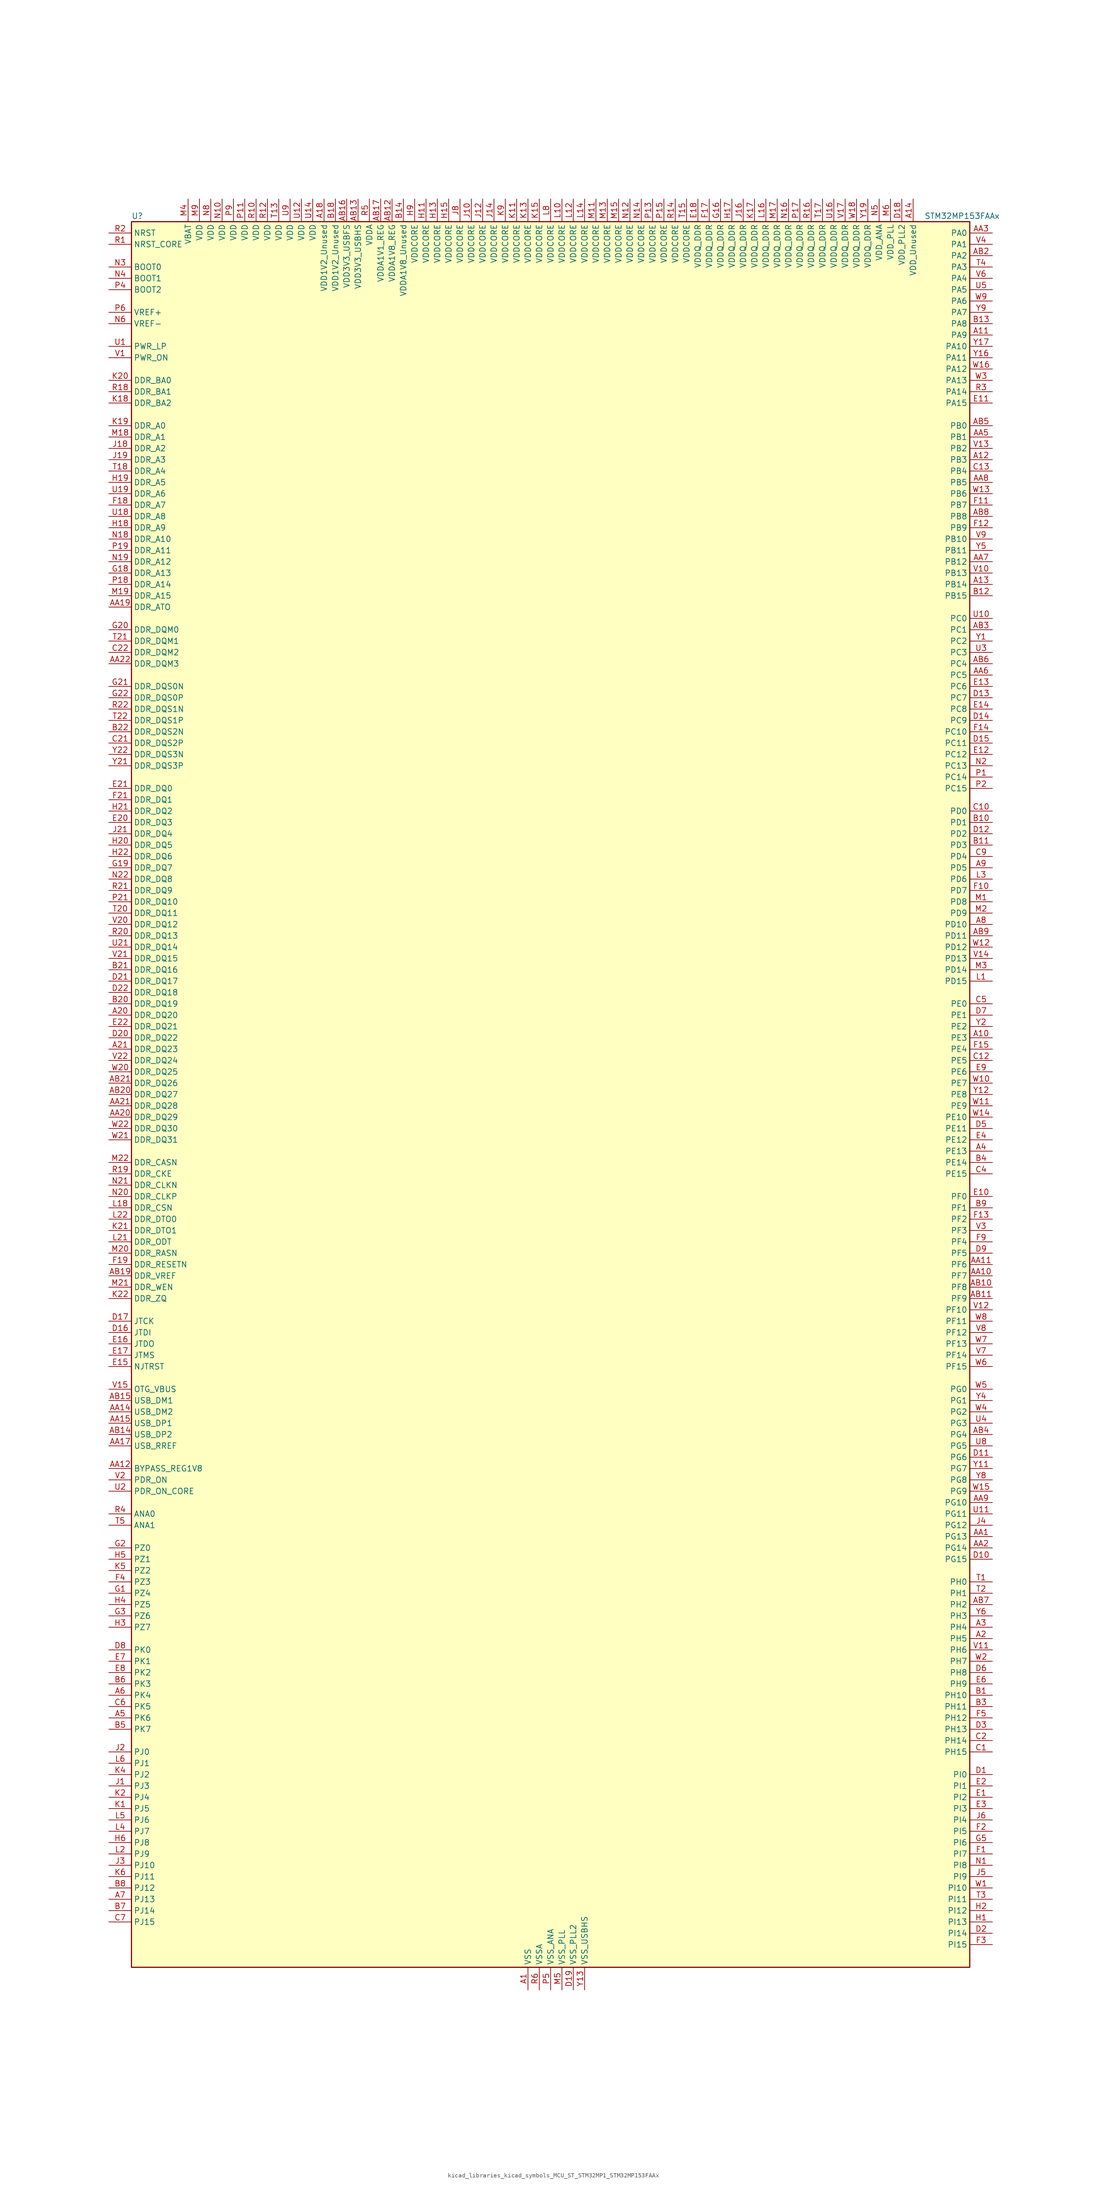
<source format=kicad_sym>
(kicad_symbol_lib
  (version 20220914)
  (generator kicad_symbol_editor)
  (symbol "kicad_libraries_kicad_symbols_MCU_ST_STM32MP1_STM32MP153FAAx"
    (property "Reference" "U"
      (at -93.98 196.85 0)
      (effects (font (size 1.27 1.27)) (justify left)))
    (property "Value" "STM32MP153FAAx"
      (at 83.82 196.85 0)
      (effects (font (size 1.27 1.27)) (justify left)))
    (property "ki_locked" ""
      (at 0 0 0)
      (effects (font (size 1.27 1.27))))
    (symbol "kicad_libraries_kicad_symbols_MCU_ST_STM32MP1_STM32MP153FAAx_0_1"
      (rectangle (start -93.98 -195.58) (end 93.98 195.58) (stroke (width 0.254) (type default)) (fill (type background))))
    (symbol "kicad_libraries_kicad_symbols_MCU_ST_STM32MP1_STM32MP153FAAx_1_1"
      (pin power_in line (at -5.08 -200.66 90) (length 5.08) (name "VSS" (effects (font (size 1.27 1.27)))) (number "A1" (effects (font (size 1.27 1.27)))))
      (pin bidirectional line (at 99.06 12.7 180) (length 5.08) (name "PE3" (effects (font (size 1.27 1.27)))) (number "A10" (effects (font (size 1.27 1.27)))) (alternate "DEBUG_TRACED0" bidirectional line) (alternate "FMC_A19" bidirectional line) (alternate "SAI1_SD_B" bidirectional line) (alternate "SDMMC2_CK" bidirectional line) (alternate "TIM15_BKIN" bidirectional line))
      (pin bidirectional line (at 99.06 170.18 180) (length 5.08) (name "PA9" (effects (font (size 1.27 1.27)))) (number "A11" (effects (font (size 1.27 1.27)))) (alternate "DAC1_EXTI9" bidirectional line) (alternate "DCMI_D0" bidirectional line) (alternate "I2C3_SMBA" bidirectional line) (alternate "I2S2_CK" bidirectional line) (alternate "LTDC_R5" bidirectional line) (alternate "SDMMC2_CDIR" bidirectional line) (alternate "SDMMC2_D5" bidirectional line) (alternate "SPI2_SCK" bidirectional line) (alternate "TIM1_CH2" bidirectional line) (alternate "USART1_TX" bidirectional line))
      (pin bidirectional line (at 99.06 142.24 180) (length 5.08) (name "PB3" (effects (font (size 1.27 1.27)))) (number "A12" (effects (font (size 1.27 1.27)))) (alternate "DEBUG_TRACED9" bidirectional line) (alternate "I2S1_CK" bidirectional line) (alternate "I2S3_CK" bidirectional line) (alternate "SAI4_CK1" bidirectional line) (alternate "SAI4_MCLK_A" bidirectional line) (alternate "SDMMC2_D2" bidirectional line) (alternate "SPI1_SCK" bidirectional line) (alternate "SPI3_SCK" bidirectional line) (alternate "SPI6_SCK" bidirectional line) (alternate "TIM2_CH2" bidirectional line) (alternate "UART7_RX" bidirectional line))
      (pin bidirectional line (at 99.06 114.3 180) (length 5.08) (name "PB14" (effects (font (size 1.27 1.27)))) (number "A13" (effects (font (size 1.27 1.27)))) (alternate "DFSDM1_DATIN2" bidirectional line) (alternate "I2S2_SDI" bidirectional line) (alternate "SDMMC2_D0" bidirectional line) (alternate "SPI2_MISO" bidirectional line) (alternate "TIM12_CH1" bidirectional line) (alternate "TIM1_CH2N" bidirectional line) (alternate "TIM8_CH2N" bidirectional line) (alternate "USART1_TX" bidirectional line) (alternate "USART3_DE" bidirectional line) (alternate "USART3_RTS" bidirectional line))
      (pin power_in line (at 81.28 200.66 270) (length 5.08) (name "VDD_Unused" (effects (font (size 1.27 1.27)))) (number "A14" (effects (font (size 1.27 1.27)))))
      (pin no_connect line (at -93.98 -195.58 0) (length 5.08) hide (name "DNU" (effects (font (size 1.27 1.27)))) (number "A15" (effects (font (size 1.27 1.27)))))
      (pin no_connect line (at -93.98 -193.04 0) (length 5.08) hide (name "DNU" (effects (font (size 1.27 1.27)))) (number "A16" (effects (font (size 1.27 1.27)))))
      (pin no_connect line (at -93.98 -190.5 0) (length 5.08) hide (name "DNU" (effects (font (size 1.27 1.27)))) (number "A17" (effects (font (size 1.27 1.27)))))
      (pin power_in line (at -50.8 200.66 270) (length 5.08) (name "VDD1V2_Unused" (effects (font (size 1.27 1.27)))) (number "A18" (effects (font (size 1.27 1.27)))))
      (pin passive line (at -5.08 -200.66 90) (length 5.08) hide (name "VSS" (effects (font (size 1.27 1.27)))) (number "A19" (effects (font (size 1.27 1.27)))))
      (pin bidirectional line (at 99.06 -121.92 180) (length 5.08) (name "PH5" (effects (font (size 1.27 1.27)))) (number "A2" (effects (font (size 1.27 1.27)))) (alternate "I2C2_SDA" bidirectional line) (alternate "SAI4_SD_B" bidirectional line) (alternate "SPI5_NSS" bidirectional line))
      (pin bidirectional line (at -99.06 17.78 0) (length 5.08) (name "DDR_DQ20" (effects (font (size 1.27 1.27)))) (number "A20" (effects (font (size 1.27 1.27)))) (alternate "DDR_DQ20" bidirectional line))
      (pin bidirectional line (at -99.06 10.16 0) (length 5.08) (name "DDR_DQ23" (effects (font (size 1.27 1.27)))) (number "A21" (effects (font (size 1.27 1.27)))) (alternate "DDR_DQ23" bidirectional line))
      (pin passive line (at -5.08 -200.66 90) (length 5.08) hide (name "VSS" (effects (font (size 1.27 1.27)))) (number "A22" (effects (font (size 1.27 1.27)))))
      (pin bidirectional line (at 99.06 -119.38 180) (length 5.08) (name "PH4" (effects (font (size 1.27 1.27)))) (number "A3" (effects (font (size 1.27 1.27)))) (alternate "I2C2_SCL" bidirectional line) (alternate "LTDC_G4" bidirectional line) (alternate "LTDC_G5" bidirectional line))
      (pin bidirectional line (at 99.06 -12.7 180) (length 5.08) (name "PE13" (effects (font (size 1.27 1.27)))) (number "A4" (effects (font (size 1.27 1.27)))) (alternate "DCMI_D6" bidirectional line) (alternate "DFSDM1_CKIN5" bidirectional line) (alternate "FMC_D10" bidirectional line) (alternate "FMC_DA10" bidirectional line) (alternate "HDP_HDP2" bidirectional line) (alternate "LTDC_DE" bidirectional line) (alternate "SAI2_FS_B" bidirectional line) (alternate "SPI4_MISO" bidirectional line) (alternate "TIM1_CH3" bidirectional line))
      (pin bidirectional line (at -99.06 -139.7 0) (length 5.08) (name "PK6" (effects (font (size 1.27 1.27)))) (number "A5" (effects (font (size 1.27 1.27)))) (alternate "DEBUG_TRACED7" bidirectional line) (alternate "HDP_HDP7" bidirectional line) (alternate "LTDC_B7" bidirectional line))
      (pin bidirectional line (at -99.06 -134.62 0) (length 5.08) (name "PK4" (effects (font (size 1.27 1.27)))) (number "A6" (effects (font (size 1.27 1.27)))) (alternate "LTDC_B5" bidirectional line))
      (pin bidirectional line (at -99.06 -180.34 0) (length 5.08) (name "PJ13" (effects (font (size 1.27 1.27)))) (number "A7" (effects (font (size 1.27 1.27)))) (alternate "LTDC_B1" bidirectional line) (alternate "LTDC_G4" bidirectional line))
      (pin bidirectional line (at 99.06 38.1 180) (length 5.08) (name "PD10" (effects (font (size 1.27 1.27)))) (number "A8" (effects (font (size 1.27 1.27)))) (alternate "DFSDM1_CKOUT" bidirectional line) (alternate "FMC_D15" bidirectional line) (alternate "FMC_DA15" bidirectional line) (alternate "I2C5_SMBA" bidirectional line) (alternate "I2S3_SDI" bidirectional line) (alternate "LTDC_B3" bidirectional line) (alternate "RTC_REFIN" bidirectional line) (alternate "SAI3_FS_B" bidirectional line) (alternate "SPI3_MISO" bidirectional line) (alternate "TIM16_BKIN" bidirectional line) (alternate "USART3_CK" bidirectional line))
      (pin bidirectional line (at 99.06 50.8 180) (length 5.08) (name "PD5" (effects (font (size 1.27 1.27)))) (number "A9" (effects (font (size 1.27 1.27)))) (alternate "FMC_NWE" bidirectional line) (alternate "SDMMC3_D2" bidirectional line) (alternate "USART2_TX" bidirectional line))
      (pin bidirectional line (at 99.06 -99.06 180) (length 5.08) (name "PG13" (effects (font (size 1.27 1.27)))) (number "AA1" (effects (font (size 1.27 1.27)))) (alternate "DEBUG_TRACED0" bidirectional line) (alternate "ETH1_TXD0" bidirectional line) (alternate "FMC_A24" bidirectional line) (alternate "LPTIM1_OUT" bidirectional line) (alternate "LTDC_R0" bidirectional line) (alternate "SAI1_CK2" bidirectional line) (alternate "SAI1_SCK_A" bidirectional line) (alternate "SAI4_CK1" bidirectional line) (alternate "SAI4_MCLK_A" bidirectional line) (alternate "SPI6_SCK" bidirectional line) (alternate "USART6_CTS" bidirectional line) (alternate "USART6_NSS" bidirectional line))
      (pin bidirectional line (at 99.06 -40.64 180) (length 5.08) (name "PF7" (effects (font (size 1.27 1.27)))) (number "AA10" (effects (font (size 1.27 1.27)))) (alternate "QUADSPI_BK1_IO2" bidirectional line) (alternate "SAI1_MCLK_B" bidirectional line) (alternate "SPI5_SCK" bidirectional line) (alternate "TIM17_CH1" bidirectional line) (alternate "UART7_TX" bidirectional line))
      (pin bidirectional line (at 99.06 -38.1 180) (length 5.08) (name "PF6" (effects (font (size 1.27 1.27)))) (number "AA11" (effects (font (size 1.27 1.27)))) (alternate "QUADSPI_BK1_IO3" bidirectional line) (alternate "SAI1_SD_B" bidirectional line) (alternate "SAI4_SCK_B" bidirectional line) (alternate "SPI5_NSS" bidirectional line) (alternate "TIM16_CH1" bidirectional line) (alternate "UART7_RX" bidirectional line))
      (pin bidirectional line (at -99.06 -83.82 0) (length 5.08) (name "BYPASS_REG1V8" (effects (font (size 1.27 1.27)))) (number "AA12" (effects (font (size 1.27 1.27)))))
      (pin passive line (at 7.62 -200.66 90) (length 5.08) hide (name "VSS_USBHS" (effects (font (size 1.27 1.27)))) (number "AA13" (effects (font (size 1.27 1.27)))))
      (pin bidirectional line (at -99.06 -71.12 0) (length 5.08) (name "USB_DM2" (effects (font (size 1.27 1.27)))) (number "AA14" (effects (font (size 1.27 1.27)))) (alternate "USBH_HS2_DM" bidirectional line) (alternate "USB_OTG_HS_DM" bidirectional line))
      (pin bidirectional line (at -99.06 -73.66 0) (length 5.08) (name "USB_DP1" (effects (font (size 1.27 1.27)))) (number "AA15" (effects (font (size 1.27 1.27)))) (alternate "USBH_HS1_DP" bidirectional line))
      (pin passive line (at 7.62 -200.66 90) (length 5.08) hide (name "VSS_USBHS" (effects (font (size 1.27 1.27)))) (number "AA16" (effects (font (size 1.27 1.27)))))
      (pin bidirectional line (at -99.06 -78.74 0) (length 5.08) (name "USB_RREF" (effects (font (size 1.27 1.27)))) (number "AA17" (effects (font (size 1.27 1.27)))))
      (pin passive line (at -5.08 -200.66 90) (length 5.08) hide (name "VSS" (effects (font (size 1.27 1.27)))) (number "AA18" (effects (font (size 1.27 1.27)))))
      (pin bidirectional line (at -99.06 109.22 0) (length 5.08) (name "DDR_ATO" (effects (font (size 1.27 1.27)))) (number "AA19" (effects (font (size 1.27 1.27)))) (alternate "DDR_ATO" bidirectional line))
      (pin bidirectional line (at 99.06 -101.6 180) (length 5.08) (name "PG14" (effects (font (size 1.27 1.27)))) (number "AA2" (effects (font (size 1.27 1.27)))) (alternate "DEBUG_TRACED1" bidirectional line) (alternate "ETH1_TXD1" bidirectional line) (alternate "FMC_A25" bidirectional line) (alternate "LPTIM1_ETR" bidirectional line) (alternate "LTDC_B0" bidirectional line) (alternate "QUADSPI_BK2_IO3" bidirectional line) (alternate "SAI4_D1" bidirectional line) (alternate "SAI4_SD_A" bidirectional line) (alternate "SPI6_MOSI" bidirectional line) (alternate "USART6_TX" bidirectional line))
      (pin bidirectional line (at -99.06 -5.08 0) (length 5.08) (name "DDR_DQ29" (effects (font (size 1.27 1.27)))) (number "AA20" (effects (font (size 1.27 1.27)))) (alternate "DDR_DQ29" bidirectional line))
      (pin bidirectional line (at -99.06 -2.54 0) (length 5.08) (name "DDR_DQ28" (effects (font (size 1.27 1.27)))) (number "AA21" (effects (font (size 1.27 1.27)))) (alternate "DDR_DQ28" bidirectional line))
      (pin bidirectional line (at -99.06 96.52 0) (length 5.08) (name "DDR_DQM3" (effects (font (size 1.27 1.27)))) (number "AA22" (effects (font (size 1.27 1.27)))) (alternate "DDR_DQM3" bidirectional line))
      (pin bidirectional line (at 99.06 193.04 180) (length 5.08) (name "PA0" (effects (font (size 1.27 1.27)))) (number "AA3" (effects (font (size 1.27 1.27)))) (alternate "ADC1_INP16" bidirectional line) (alternate "ETH1_CRS" bidirectional line) (alternate "PWR_WKUP1" bidirectional line) (alternate "SAI2_SD_B" bidirectional line) (alternate "SDMMC2_CMD" bidirectional line) (alternate "TIM15_BKIN" bidirectional line) (alternate "TIM2_CH1" bidirectional line) (alternate "TIM2_ETR" bidirectional line) (alternate "TIM5_CH1" bidirectional line) (alternate "TIM8_ETR" bidirectional line) (alternate "UART4_TX" bidirectional line) (alternate "USART2_CTS" bidirectional line) (alternate "USART2_NSS" bidirectional line))
      (pin passive line (at -5.08 -200.66 90) (length 5.08) hide (name "VSS" (effects (font (size 1.27 1.27)))) (number "AA4" (effects (font (size 1.27 1.27)))))
      (pin bidirectional line (at 99.06 147.32 180) (length 5.08) (name "PB1" (effects (font (size 1.27 1.27)))) (number "AA5" (effects (font (size 1.27 1.27)))) (alternate "ADC1_INP5" bidirectional line) (alternate "ADC2_INP5" bidirectional line) (alternate "DFSDM1_DATIN1" bidirectional line) (alternate "ETH1_RXD3" bidirectional line) (alternate "LTDC_G0" bidirectional line) (alternate "LTDC_R6" bidirectional line) (alternate "TIM1_CH3N" bidirectional line) (alternate "TIM3_CH4" bidirectional line) (alternate "TIM8_CH3N" bidirectional line))
      (pin bidirectional line (at 99.06 93.98 180) (length 5.08) (name "PC5" (effects (font (size 1.27 1.27)))) (number "AA6" (effects (font (size 1.27 1.27)))) (alternate "ADC1_INN4" bidirectional line) (alternate "ADC1_INP8" bidirectional line) (alternate "ADC2_INN4" bidirectional line) (alternate "ADC2_INP8" bidirectional line) (alternate "DFSDM1_DATIN2" bidirectional line) (alternate "ETH1_RXD1" bidirectional line) (alternate "SAI1_D3" bidirectional line) (alternate "SAI1_D4" bidirectional line) (alternate "SAI4_D3" bidirectional line) (alternate "SAI4_D4" bidirectional line) (alternate "SPDIFRX_IN3" bidirectional line))
      (pin bidirectional line (at 99.06 119.38 180) (length 5.08) (name "PB12" (effects (font (size 1.27 1.27)))) (number "AA7" (effects (font (size 1.27 1.27)))) (alternate "DFSDM1_DATIN1" bidirectional line) (alternate "ETH1_TXD0" bidirectional line) (alternate "FDCAN2_RX" bidirectional line) (alternate "I2C2_SMBA" bidirectional line) (alternate "I2C6_SMBA" bidirectional line) (alternate "I2S2_WS" bidirectional line) (alternate "SPI2_NSS" bidirectional line) (alternate "TIM1_BKIN" bidirectional line) (alternate "UART5_RX" bidirectional line) (alternate "USART3_CK" bidirectional line) (alternate "USART3_RX" bidirectional line))
      (pin bidirectional line (at 99.06 137.16 180) (length 5.08) (name "PB5" (effects (font (size 1.27 1.27)))) (number "AA8" (effects (font (size 1.27 1.27)))) (alternate "DCMI_D10" bidirectional line) (alternate "ETH1_CLK" bidirectional line) (alternate "ETH1_PPS_OUT" bidirectional line) (alternate "FDCAN2_RX" bidirectional line) (alternate "I2C1_SMBA" bidirectional line) (alternate "I2C4_SMBA" bidirectional line) (alternate "I2S1_SDO" bidirectional line) (alternate "I2S3_SDO" bidirectional line) (alternate "LTDC_G7" bidirectional line) (alternate "SAI4_D1" bidirectional line) (alternate "SAI4_SD_A" bidirectional line) (alternate "SPI1_MOSI" bidirectional line) (alternate "SPI3_MOSI" bidirectional line) (alternate "SPI6_MOSI" bidirectional line) (alternate "TIM17_BKIN" bidirectional line) (alternate "TIM3_CH2" bidirectional line) (alternate "UART5_RX" bidirectional line))
      (pin bidirectional line (at 99.06 -91.44 180) (length 5.08) (name "PG10" (effects (font (size 1.27 1.27)))) (number "AA9" (effects (font (size 1.27 1.27)))) (alternate "DCMI_D2" bidirectional line) (alternate "DEBUG_TRACED10" bidirectional line) (alternate "FMC_NE3" bidirectional line) (alternate "LTDC_B2" bidirectional line) (alternate "LTDC_G3" bidirectional line) (alternate "QUADSPI_BK2_IO2" bidirectional line) (alternate "SAI2_SD_B" bidirectional line) (alternate "UART8_CTS" bidirectional line))
      (pin passive line (at -5.08 -200.66 90) (length 5.08) hide (name "VSS" (effects (font (size 1.27 1.27)))) (number "AB1" (effects (font (size 1.27 1.27)))))
      (pin bidirectional line (at 99.06 -43.18 180) (length 5.08) (name "PF8" (effects (font (size 1.27 1.27)))) (number "AB10" (effects (font (size 1.27 1.27)))) (alternate "DEBUG_TRACED12" bidirectional line) (alternate "QUADSPI_BK1_IO0" bidirectional line) (alternate "SAI1_SCK_B" bidirectional line) (alternate "SPI5_MISO" bidirectional line) (alternate "TIM13_CH1" bidirectional line) (alternate "TIM16_CH1N" bidirectional line) (alternate "UART7_DE" bidirectional line) (alternate "UART7_RTS" bidirectional line))
      (pin bidirectional line (at 99.06 -45.72 180) (length 5.08) (name "PF9" (effects (font (size 1.27 1.27)))) (number "AB11" (effects (font (size 1.27 1.27)))) (alternate "DAC1_EXTI9" bidirectional line) (alternate "DEBUG_TRACED13" bidirectional line) (alternate "QUADSPI_BK1_IO1" bidirectional line) (alternate "SAI1_FS_B" bidirectional line) (alternate "SPI5_MOSI" bidirectional line) (alternate "TIM14_CH1" bidirectional line) (alternate "TIM17_CH1N" bidirectional line) (alternate "UART7_CTS" bidirectional line))
      (pin power_in line (at -35.56 200.66 270) (length 5.08) (name "VDDA1V8_REG" (effects (font (size 1.27 1.27)))) (number "AB12" (effects (font (size 1.27 1.27)))))
      (pin power_in line (at -43.18 200.66 270) (length 5.08) (name "VDD3V3_USBHS" (effects (font (size 1.27 1.27)))) (number "AB13" (effects (font (size 1.27 1.27)))))
      (pin bidirectional line (at -99.06 -76.2 0) (length 5.08) (name "USB_DP2" (effects (font (size 1.27 1.27)))) (number "AB14" (effects (font (size 1.27 1.27)))) (alternate "USBH_HS2_DP" bidirectional line) (alternate "USB_OTG_HS_DP" bidirectional line))
      (pin bidirectional line (at -99.06 -68.58 0) (length 5.08) (name "USB_DM1" (effects (font (size 1.27 1.27)))) (number "AB15" (effects (font (size 1.27 1.27)))) (alternate "USBH_HS1_DM" bidirectional line))
      (pin power_in line (at -45.72 200.66 270) (length 5.08) (name "VDD3V3_USBFS" (effects (font (size 1.27 1.27)))) (number "AB16" (effects (font (size 1.27 1.27)))))
      (pin power_in line (at -38.1 200.66 270) (length 5.08) (name "VDDA1V1_REG" (effects (font (size 1.27 1.27)))) (number "AB17" (effects (font (size 1.27 1.27)))))
      (pin passive line (at -5.08 -200.66 90) (length 5.08) hide (name "VSS" (effects (font (size 1.27 1.27)))) (number "AB18" (effects (font (size 1.27 1.27)))))
      (pin bidirectional line (at -99.06 -40.64 0) (length 5.08) (name "DDR_VREF" (effects (font (size 1.27 1.27)))) (number "AB19" (effects (font (size 1.27 1.27)))) (alternate "DDR_VREF" bidirectional line))
      (pin bidirectional line (at 99.06 187.96 180) (length 5.08) (name "PA2" (effects (font (size 1.27 1.27)))) (number "AB2" (effects (font (size 1.27 1.27)))) (alternate "ADC1_INP14" bidirectional line) (alternate "ETH1_MDIO" bidirectional line) (alternate "LPTIM4_OUT" bidirectional line) (alternate "LTDC_R1" bidirectional line) (alternate "PWR_WKUP2" bidirectional line) (alternate "SAI2_SCK_B" bidirectional line) (alternate "SDMMC2_D0DIR" bidirectional line) (alternate "TIM15_CH1" bidirectional line) (alternate "TIM2_CH3" bidirectional line) (alternate "TIM5_CH3" bidirectional line) (alternate "USART2_TX" bidirectional line))
      (pin bidirectional line (at -99.06 0 0) (length 5.08) (name "DDR_DQ27" (effects (font (size 1.27 1.27)))) (number "AB20" (effects (font (size 1.27 1.27)))) (alternate "DDR_DQ27" bidirectional line))
      (pin bidirectional line (at -99.06 2.54 0) (length 5.08) (name "DDR_DQ26" (effects (font (size 1.27 1.27)))) (number "AB21" (effects (font (size 1.27 1.27)))) (alternate "DDR_DQ26" bidirectional line))
      (pin passive line (at -5.08 -200.66 90) (length 5.08) hide (name "VSS" (effects (font (size 1.27 1.27)))) (number "AB22" (effects (font (size 1.27 1.27)))))
      (pin bidirectional line (at 99.06 104.14 180) (length 5.08) (name "PC1" (effects (font (size 1.27 1.27)))) (number "AB3" (effects (font (size 1.27 1.27)))) (alternate "ADC1_INN10" bidirectional line) (alternate "ADC1_INP11" bidirectional line) (alternate "ADC2_INN10" bidirectional line) (alternate "ADC2_INP11" bidirectional line) (alternate "DEBUG_TRACED0" bidirectional line) (alternate "DFSDM1_CKIN4" bidirectional line) (alternate "DFSDM1_DATIN0" bidirectional line) (alternate "ETH1_MDC" bidirectional line) (alternate "I2S2_SDO" bidirectional line) (alternate "PWR_WKUP6" bidirectional line) (alternate "SAI1_D1" bidirectional line) (alternate "SAI1_SD_A" bidirectional line) (alternate "SDMMC2_CK" bidirectional line) (alternate "SPI2_MOSI" bidirectional line) (alternate "TAMP_IN3" bidirectional line))
      (pin bidirectional line (at 99.06 -76.2 180) (length 5.08) (name "PG4" (effects (font (size 1.27 1.27)))) (number "AB4" (effects (font (size 1.27 1.27)))) (alternate "ETH1_GTX_CLK" bidirectional line) (alternate "FMC_A14" bidirectional line) (alternate "TIM1_BKIN2" bidirectional line))
      (pin bidirectional line (at 99.06 149.86 180) (length 5.08) (name "PB0" (effects (font (size 1.27 1.27)))) (number "AB5" (effects (font (size 1.27 1.27)))) (alternate "ADC1_INN5" bidirectional line) (alternate "ADC1_INP9" bidirectional line) (alternate "ADC2_INN5" bidirectional line) (alternate "ADC2_INP9" bidirectional line) (alternate "DFSDM1_CKOUT" bidirectional line) (alternate "ETH1_RXD2" bidirectional line) (alternate "LTDC_G1" bidirectional line) (alternate "LTDC_R3" bidirectional line) (alternate "TIM1_CH2N" bidirectional line) (alternate "TIM3_CH3" bidirectional line) (alternate "TIM8_CH2N" bidirectional line) (alternate "UART4_CTS" bidirectional line))
      (pin bidirectional line (at 99.06 96.52 180) (length 5.08) (name "PC4" (effects (font (size 1.27 1.27)))) (number "AB6" (effects (font (size 1.27 1.27)))) (alternate "ADC1_INP4" bidirectional line) (alternate "ADC2_INP4" bidirectional line) (alternate "DFSDM1_CKIN2" bidirectional line) (alternate "ETH1_RXD0" bidirectional line) (alternate "I2S1_MCK" bidirectional line) (alternate "SPDIFRX_IN2" bidirectional line))
      (pin bidirectional line (at 99.06 -114.3 180) (length 5.08) (name "PH2" (effects (font (size 1.27 1.27)))) (number "AB7" (effects (font (size 1.27 1.27)))) (alternate "ETH1_CRS" bidirectional line) (alternate "LPTIM1_IN2" bidirectional line) (alternate "LTDC_R0" bidirectional line) (alternate "QUADSPI_BK2_IO0" bidirectional line) (alternate "SAI2_SCK_B" bidirectional line))
      (pin bidirectional line (at 99.06 129.54 180) (length 5.08) (name "PB8" (effects (font (size 1.27 1.27)))) (number "AB8" (effects (font (size 1.27 1.27)))) (alternate "DCMI_D6" bidirectional line) (alternate "DFSDM1_CKIN7" bidirectional line) (alternate "ETH1_TXD3" bidirectional line) (alternate "FDCAN1_RX" bidirectional line) (alternate "HDP_HDP6" bidirectional line) (alternate "I2C1_SCL" bidirectional line) (alternate "I2C4_SCL" bidirectional line) (alternate "LTDC_B6" bidirectional line) (alternate "SDMMC1_CKIN" bidirectional line) (alternate "SDMMC1_D4" bidirectional line) (alternate "SDMMC2_CKIN" bidirectional line) (alternate "SDMMC2_D4" bidirectional line) (alternate "TIM16_CH1" bidirectional line) (alternate "TIM4_CH3" bidirectional line) (alternate "UART4_RX" bidirectional line))
      (pin bidirectional line (at 99.06 35.56 180) (length 5.08) (name "PD11" (effects (font (size 1.27 1.27)))) (number "AB9" (effects (font (size 1.27 1.27)))) (alternate "ADC1_EXTI11" bidirectional line) (alternate "ADC2_EXTI11" bidirectional line) (alternate "FMC_A16" bidirectional line) (alternate "FMC_CLE" bidirectional line) (alternate "I2C1_SMBA" bidirectional line) (alternate "I2C4_SMBA" bidirectional line) (alternate "LPTIM2_IN2" bidirectional line) (alternate "QUADSPI_BK1_IO0" bidirectional line) (alternate "SAI2_SD_A" bidirectional line) (alternate "USART3_CTS" bidirectional line) (alternate "USART3_NSS" bidirectional line))
      (pin bidirectional line (at 99.06 -134.62 180) (length 5.08) (name "PH10" (effects (font (size 1.27 1.27)))) (number "B1" (effects (font (size 1.27 1.27)))) (alternate "DCMI_D1" bidirectional line) (alternate "I2C1_SMBA" bidirectional line) (alternate "I2C4_SMBA" bidirectional line) (alternate "LTDC_R4" bidirectional line) (alternate "TIM5_CH1" bidirectional line))
      (pin bidirectional line (at 99.06 60.96 180) (length 5.08) (name "PD1" (effects (font (size 1.27 1.27)))) (number "B10" (effects (font (size 1.27 1.27)))) (alternate "DFSDM1_CKIN7" bidirectional line) (alternate "DFSDM1_DATIN6" bidirectional line) (alternate "FDCAN1_TX" bidirectional line) (alternate "FMC_D3" bidirectional line) (alternate "FMC_DA3" bidirectional line) (alternate "I2C5_SCL" bidirectional line) (alternate "I2C6_SCL" bidirectional line) (alternate "SAI3_SD_A" bidirectional line) (alternate "SDMMC3_D0" bidirectional line) (alternate "UART4_TX" bidirectional line))
      (pin bidirectional line (at 99.06 55.88 180) (length 5.08) (name "PD3" (effects (font (size 1.27 1.27)))) (number "B11" (effects (font (size 1.27 1.27)))) (alternate "DCMI_D5" bidirectional line) (alternate "DFSDM1_CKOUT" bidirectional line) (alternate "DFSDM1_DATIN0" bidirectional line) (alternate "FMC_CLK" bidirectional line) (alternate "HDP_HDP5" bidirectional line) (alternate "I2S2_CK" bidirectional line) (alternate "LTDC_G7" bidirectional line) (alternate "SDMMC1_D123DIR" bidirectional line) (alternate "SDMMC1_D7" bidirectional line) (alternate "SDMMC2_D123DIR" bidirectional line) (alternate "SDMMC2_D7" bidirectional line) (alternate "SPI2_SCK" bidirectional line) (alternate "USART2_CTS" bidirectional line) (alternate "USART2_NSS" bidirectional line))
      (pin bidirectional line (at 99.06 111.76 180) (length 5.08) (name "PB15" (effects (font (size 1.27 1.27)))) (number "B12" (effects (font (size 1.27 1.27)))) (alternate "ADC1_EXTI15" bidirectional line) (alternate "ADC2_EXTI15" bidirectional line) (alternate "DFSDM1_CKIN2" bidirectional line) (alternate "I2S2_SDO" bidirectional line) (alternate "RTC_REFIN" bidirectional line) (alternate "SDMMC2_D1" bidirectional line) (alternate "SPI2_MOSI" bidirectional line) (alternate "TIM12_CH2" bidirectional line) (alternate "TIM1_CH3N" bidirectional line) (alternate "TIM8_CH3N" bidirectional line) (alternate "USART1_RX" bidirectional line))
      (pin bidirectional line (at 99.06 172.72 180) (length 5.08) (name "PA8" (effects (font (size 1.27 1.27)))) (number "B13" (effects (font (size 1.27 1.27)))) (alternate "I2C3_SCL" bidirectional line) (alternate "I2S3_SDO" bidirectional line) (alternate "LTDC_R6" bidirectional line) (alternate "RCC_MCO_1" bidirectional line) (alternate "SAI4_SD_B" bidirectional line) (alternate "SDMMC2_CKIN" bidirectional line) (alternate "SDMMC2_D4" bidirectional line) (alternate "SPI3_MOSI" bidirectional line) (alternate "TIM1_CH1" bidirectional line) (alternate "TIM8_BKIN2" bidirectional line) (alternate "UART7_RX" bidirectional line) (alternate "USART1_CK" bidirectional line) (alternate "USB_OTG_HS_SOF" bidirectional line))
      (pin power_in line (at -33.02 200.66 270) (length 5.08) (name "VDDA1V8_Unused" (effects (font (size 1.27 1.27)))) (number "B14" (effects (font (size 1.27 1.27)))))
      (pin no_connect line (at -93.98 -187.96 0) (length 5.08) hide (name "DNU" (effects (font (size 1.27 1.27)))) (number "B15" (effects (font (size 1.27 1.27)))))
      (pin no_connect line (at -93.98 -185.42 0) (length 5.08) hide (name "DNU" (effects (font (size 1.27 1.27)))) (number "B16" (effects (font (size 1.27 1.27)))))
      (pin no_connect line (at -93.98 -182.88 0) (length 5.08) hide (name "DNU" (effects (font (size 1.27 1.27)))) (number "B17" (effects (font (size 1.27 1.27)))))
      (pin power_in line (at -48.26 200.66 270) (length 5.08) (name "VDD1V2_Unused" (effects (font (size 1.27 1.27)))) (number "B18" (effects (font (size 1.27 1.27)))))
      (pin passive line (at -5.08 -200.66 90) (length 5.08) hide (name "VSS" (effects (font (size 1.27 1.27)))) (number "B19" (effects (font (size 1.27 1.27)))))
      (pin passive line (at -5.08 -200.66 90) (length 5.08) hide (name "VSS" (effects (font (size 1.27 1.27)))) (number "B2" (effects (font (size 1.27 1.27)))))
      (pin bidirectional line (at -99.06 20.32 0) (length 5.08) (name "DDR_DQ19" (effects (font (size 1.27 1.27)))) (number "B20" (effects (font (size 1.27 1.27)))) (alternate "DDR_DQ19" bidirectional line))
      (pin bidirectional line (at -99.06 27.94 0) (length 5.08) (name "DDR_DQ16" (effects (font (size 1.27 1.27)))) (number "B21" (effects (font (size 1.27 1.27)))) (alternate "DDR_DQ16" bidirectional line))
      (pin bidirectional line (at -99.06 81.28 0) (length 5.08) (name "DDR_DQS2N" (effects (font (size 1.27 1.27)))) (number "B22" (effects (font (size 1.27 1.27)))) (alternate "DDR_DQS2N" bidirectional line))
      (pin bidirectional line (at 99.06 -137.16 180) (length 5.08) (name "PH11" (effects (font (size 1.27 1.27)))) (number "B3" (effects (font (size 1.27 1.27)))) (alternate "ADC1_EXTI11" bidirectional line) (alternate "ADC2_EXTI11" bidirectional line) (alternate "DCMI_D2" bidirectional line) (alternate "I2C1_SCL" bidirectional line) (alternate "I2C4_SCL" bidirectional line) (alternate "LTDC_R5" bidirectional line) (alternate "TIM5_CH2" bidirectional line))
      (pin bidirectional line (at 99.06 -15.24 180) (length 5.08) (name "PE14" (effects (font (size 1.27 1.27)))) (number "B4" (effects (font (size 1.27 1.27)))) (alternate "FMC_D11" bidirectional line) (alternate "FMC_DA11" bidirectional line) (alternate "LTDC_CLK" bidirectional line) (alternate "LTDC_G0" bidirectional line) (alternate "SAI2_MCLK_B" bidirectional line) (alternate "SDMMC1_D123DIR" bidirectional line) (alternate "SPI4_MOSI" bidirectional line) (alternate "TIM1_CH4" bidirectional line) (alternate "UART8_DE" bidirectional line) (alternate "UART8_RTS" bidirectional line))
      (pin bidirectional line (at -99.06 -142.24 0) (length 5.08) (name "PK7" (effects (font (size 1.27 1.27)))) (number "B5" (effects (font (size 1.27 1.27)))) (alternate "LTDC_DE" bidirectional line))
      (pin bidirectional line (at -99.06 -132.08 0) (length 5.08) (name "PK3" (effects (font (size 1.27 1.27)))) (number "B6" (effects (font (size 1.27 1.27)))) (alternate "LTDC_B4" bidirectional line))
      (pin bidirectional line (at -99.06 -182.88 0) (length 5.08) (name "PJ14" (effects (font (size 1.27 1.27)))) (number "B7" (effects (font (size 1.27 1.27)))) (alternate "LTDC_B2" bidirectional line))
      (pin bidirectional line (at -99.06 -177.8 0) (length 5.08) (name "PJ12" (effects (font (size 1.27 1.27)))) (number "B8" (effects (font (size 1.27 1.27)))) (alternate "LTDC_B0" bidirectional line) (alternate "LTDC_G3" bidirectional line))
      (pin bidirectional line (at 99.06 -25.4 180) (length 5.08) (name "PF1" (effects (font (size 1.27 1.27)))) (number "B9" (effects (font (size 1.27 1.27)))) (alternate "FMC_A1" bidirectional line) (alternate "I2C2_SCL" bidirectional line) (alternate "SDMMC3_CDIR" bidirectional line) (alternate "SDMMC3_CMD" bidirectional line))
      (pin bidirectional line (at 99.06 -147.32 180) (length 5.08) (name "PH15" (effects (font (size 1.27 1.27)))) (number "C1" (effects (font (size 1.27 1.27)))) (alternate "ADC1_EXTI15" bidirectional line) (alternate "ADC2_EXTI15" bidirectional line) (alternate "DCMI_D11" bidirectional line) (alternate "LTDC_G4" bidirectional line) (alternate "TIM8_CH3N" bidirectional line))
      (pin bidirectional line (at 99.06 63.5 180) (length 5.08) (name "PD0" (effects (font (size 1.27 1.27)))) (number "C10" (effects (font (size 1.27 1.27)))) (alternate "DFSDM1_CKIN6" bidirectional line) (alternate "DFSDM1_DATIN7" bidirectional line) (alternate "FDCAN1_RX" bidirectional line) (alternate "FMC_D2" bidirectional line) (alternate "FMC_DA2" bidirectional line) (alternate "I2C5_SDA" bidirectional line) (alternate "I2C6_SDA" bidirectional line) (alternate "SAI3_SCK_A" bidirectional line) (alternate "SDMMC3_CMD" bidirectional line) (alternate "UART4_RX" bidirectional line))
      (pin passive line (at -5.08 -200.66 90) (length 5.08) hide (name "VSS" (effects (font (size 1.27 1.27)))) (number "C11" (effects (font (size 1.27 1.27)))))
      (pin bidirectional line (at 99.06 7.62 180) (length 5.08) (name "PE5" (effects (font (size 1.27 1.27)))) (number "C12" (effects (font (size 1.27 1.27)))) (alternate "DCMI_D6" bidirectional line) (alternate "DEBUG_TRACED3" bidirectional line) (alternate "DFSDM1_CKIN3" bidirectional line) (alternate "FMC_A21" bidirectional line) (alternate "LTDC_G0" bidirectional line) (alternate "SAI1_CK2" bidirectional line) (alternate "SAI1_SCK_A" bidirectional line) (alternate "SDMMC1_D0DIR" bidirectional line) (alternate "SDMMC1_D6" bidirectional line) (alternate "SDMMC2_D0DIR" bidirectional line) (alternate "SDMMC2_D6" bidirectional line) (alternate "SPI4_MISO" bidirectional line) (alternate "TIM15_CH1" bidirectional line))
      (pin bidirectional line (at 99.06 139.7 180) (length 5.08) (name "PB4" (effects (font (size 1.27 1.27)))) (number "C13" (effects (font (size 1.27 1.27)))) (alternate "DEBUG_TRACED8" bidirectional line) (alternate "I2S1_SDI" bidirectional line) (alternate "I2S2_WS" bidirectional line) (alternate "I2S3_SDI" bidirectional line) (alternate "SAI4_CK2" bidirectional line) (alternate "SAI4_SCK_A" bidirectional line) (alternate "SDMMC2_D3" bidirectional line) (alternate "SPI1_MISO" bidirectional line) (alternate "SPI2_NSS" bidirectional line) (alternate "SPI3_MISO" bidirectional line) (alternate "SPI6_MISO" bidirectional line) (alternate "TIM16_BKIN" bidirectional line) (alternate "TIM3_CH1" bidirectional line) (alternate "UART7_TX" bidirectional line))
      (pin passive line (at -5.08 -200.66 90) (length 5.08) hide (name "VSS" (effects (font (size 1.27 1.27)))) (number "C14" (effects (font (size 1.27 1.27)))))
      (pin passive line (at -5.08 -200.66 90) (length 5.08) hide (name "VSS" (effects (font (size 1.27 1.27)))) (number "C15" (effects (font (size 1.27 1.27)))))
      (pin passive line (at -5.08 -200.66 90) (length 5.08) hide (name "VSS" (effects (font (size 1.27 1.27)))) (number "C16" (effects (font (size 1.27 1.27)))))
      (pin passive line (at -5.08 -200.66 90) (length 5.08) hide (name "VSS" (effects (font (size 1.27 1.27)))) (number "C17" (effects (font (size 1.27 1.27)))))
      (pin passive line (at -5.08 -200.66 90) (length 5.08) hide (name "VSS" (effects (font (size 1.27 1.27)))) (number "C18" (effects (font (size 1.27 1.27)))))
      (pin passive line (at -5.08 -200.66 90) (length 5.08) hide (name "VSS" (effects (font (size 1.27 1.27)))) (number "C19" (effects (font (size 1.27 1.27)))))
      (pin bidirectional line (at 99.06 -144.78 180) (length 5.08) (name "PH14" (effects (font (size 1.27 1.27)))) (number "C2" (effects (font (size 1.27 1.27)))) (alternate "DCMI_D4" bidirectional line) (alternate "FDCAN1_RX" bidirectional line) (alternate "LTDC_G3" bidirectional line) (alternate "TIM8_CH2N" bidirectional line) (alternate "UART4_RX" bidirectional line))
      (pin passive line (at -5.08 -200.66 90) (length 5.08) hide (name "VSS" (effects (font (size 1.27 1.27)))) (number "C20" (effects (font (size 1.27 1.27)))))
      (pin bidirectional line (at -99.06 78.74 0) (length 5.08) (name "DDR_DQS2P" (effects (font (size 1.27 1.27)))) (number "C21" (effects (font (size 1.27 1.27)))) (alternate "DDR_DQS2P" bidirectional line))
      (pin bidirectional line (at -99.06 99.06 0) (length 5.08) (name "DDR_DQM2" (effects (font (size 1.27 1.27)))) (number "C22" (effects (font (size 1.27 1.27)))) (alternate "DDR_DQM2" bidirectional line))
      (pin passive line (at -5.08 -200.66 90) (length 5.08) hide (name "VSS" (effects (font (size 1.27 1.27)))) (number "C3" (effects (font (size 1.27 1.27)))))
      (pin bidirectional line (at 99.06 -17.78 180) (length 5.08) (name "PE15" (effects (font (size 1.27 1.27)))) (number "C4" (effects (font (size 1.27 1.27)))) (alternate "ADC1_EXTI15" bidirectional line) (alternate "ADC2_EXTI15" bidirectional line) (alternate "FMC_D12" bidirectional line) (alternate "FMC_DA12" bidirectional line) (alternate "FMC_NCE2" bidirectional line) (alternate "HDP_HDP3" bidirectional line) (alternate "LTDC_R7" bidirectional line) (alternate "TIM15_BKIN" bidirectional line) (alternate "TIM1_BKIN" bidirectional line) (alternate "UART8_CTS" bidirectional line) (alternate "USART2_CTS" bidirectional line) (alternate "USART2_NSS" bidirectional line))
      (pin bidirectional line (at 99.06 20.32 180) (length 5.08) (name "PE0" (effects (font (size 1.27 1.27)))) (number "C5" (effects (font (size 1.27 1.27)))) (alternate "DCMI_D2" bidirectional line) (alternate "FMC_NBL0" bidirectional line) (alternate "I2S3_CK" bidirectional line) (alternate "LPTIM1_ETR" bidirectional line) (alternate "LPTIM2_ETR" bidirectional line) (alternate "SAI2_MCLK_A" bidirectional line) (alternate "SAI4_MCLK_B" bidirectional line) (alternate "SPI3_SCK" bidirectional line) (alternate "TIM4_ETR" bidirectional line) (alternate "UART8_RX" bidirectional line))
      (pin bidirectional line (at -99.06 -137.16 0) (length 5.08) (name "PK5" (effects (font (size 1.27 1.27)))) (number "C6" (effects (font (size 1.27 1.27)))) (alternate "DEBUG_TRACED6" bidirectional line) (alternate "HDP_HDP6" bidirectional line) (alternate "LTDC_B6" bidirectional line))
      (pin bidirectional line (at -99.06 -185.42 0) (length 5.08) (name "PJ15" (effects (font (size 1.27 1.27)))) (number "C7" (effects (font (size 1.27 1.27)))) (alternate "ADC1_EXTI15" bidirectional line) (alternate "ADC2_EXTI15" bidirectional line) (alternate "LTDC_B3" bidirectional line))
      (pin passive line (at -5.08 -200.66 90) (length 5.08) hide (name "VSS" (effects (font (size 1.27 1.27)))) (number "C8" (effects (font (size 1.27 1.27)))))
      (pin bidirectional line (at 99.06 53.34 180) (length 5.08) (name "PD4" (effects (font (size 1.27 1.27)))) (number "C9" (effects (font (size 1.27 1.27)))) (alternate "DFSDM1_CKIN0" bidirectional line) (alternate "FMC_NOE" bidirectional line) (alternate "SAI3_FS_A" bidirectional line) (alternate "SDMMC3_D1" bidirectional line) (alternate "USART2_DE" bidirectional line) (alternate "USART2_RTS" bidirectional line))
      (pin bidirectional line (at 99.06 -152.4 180) (length 5.08) (name "PI0" (effects (font (size 1.27 1.27)))) (number "D1" (effects (font (size 1.27 1.27)))) (alternate "DCMI_D13" bidirectional line) (alternate "I2S2_WS" bidirectional line) (alternate "LTDC_G5" bidirectional line) (alternate "SPI2_NSS" bidirectional line) (alternate "TIM5_CH4" bidirectional line))
      (pin bidirectional line (at 99.06 -104.14 180) (length 5.08) (name "PG15" (effects (font (size 1.27 1.27)))) (number "D10" (effects (font (size 1.27 1.27)))) (alternate "ADC1_EXTI15" bidirectional line) (alternate "ADC2_EXTI15" bidirectional line) (alternate "DCMI_D13" bidirectional line) (alternate "DEBUG_TRACED7" bidirectional line) (alternate "I2C2_SDA" bidirectional line) (alternate "SAI1_D2" bidirectional line) (alternate "SAI1_FS_A" bidirectional line) (alternate "SDMMC3_CK" bidirectional line) (alternate "USART6_CTS" bidirectional line) (alternate "USART6_NSS" bidirectional line))
      (pin bidirectional line (at 99.06 -81.28 180) (length 5.08) (name "PG6" (effects (font (size 1.27 1.27)))) (number "D11" (effects (font (size 1.27 1.27)))) (alternate "DCMI_D12" bidirectional line) (alternate "DEBUG_TRACED14" bidirectional line) (alternate "LTDC_R7" bidirectional line) (alternate "SDMMC2_CMD" bidirectional line) (alternate "TIM17_BKIN" bidirectional line))
      (pin bidirectional line (at 99.06 58.42 180) (length 5.08) (name "PD2" (effects (font (size 1.27 1.27)))) (number "D12" (effects (font (size 1.27 1.27)))) (alternate "DCMI_D11" bidirectional line) (alternate "I2C5_SMBA" bidirectional line) (alternate "SDMMC1_CMD" bidirectional line) (alternate "TIM3_ETR" bidirectional line) (alternate "UART4_RX" bidirectional line) (alternate "UART5_RX" bidirectional line))
      (pin bidirectional line (at 99.06 88.9 180) (length 5.08) (name "PC7" (effects (font (size 1.27 1.27)))) (number "D13" (effects (font (size 1.27 1.27)))) (alternate "DCMI_D1" bidirectional line) (alternate "DFSDM1_DATIN3" bidirectional line) (alternate "HDP_HDP4" bidirectional line) (alternate "I2S3_MCK" bidirectional line) (alternate "LTDC_G6" bidirectional line) (alternate "SDMMC1_D123DIR" bidirectional line) (alternate "SDMMC1_D7" bidirectional line) (alternate "SDMMC2_D123DIR" bidirectional line) (alternate "SDMMC2_D7" bidirectional line) (alternate "TIM3_CH2" bidirectional line) (alternate "TIM8_CH2" bidirectional line) (alternate "USART6_RX" bidirectional line))
      (pin bidirectional line (at 99.06 83.82 180) (length 5.08) (name "PC9" (effects (font (size 1.27 1.27)))) (number "D14" (effects (font (size 1.27 1.27)))) (alternate "DAC1_EXTI9" bidirectional line) (alternate "DCMI_D3" bidirectional line) (alternate "DEBUG_TRACED1" bidirectional line) (alternate "I2C3_SDA" bidirectional line) (alternate "I2S_CKIN" bidirectional line) (alternate "LTDC_B2" bidirectional line) (alternate "QUADSPI_BK1_IO0" bidirectional line) (alternate "SDMMC1_D1" bidirectional line) (alternate "TIM3_CH4" bidirectional line) (alternate "TIM8_CH4" bidirectional line) (alternate "UART5_CTS" bidirectional line))
      (pin bidirectional line (at 99.06 78.74 180) (length 5.08) (name "PC11" (effects (font (size 1.27 1.27)))) (number "D15" (effects (font (size 1.27 1.27)))) (alternate "ADC1_EXTI11" bidirectional line) (alternate "ADC2_EXTI11" bidirectional line) (alternate "DCMI_D4" bidirectional line) (alternate "DEBUG_TRACED3" bidirectional line) (alternate "DFSDM1_DATIN5" bidirectional line) (alternate "I2S3_SDI" bidirectional line) (alternate "QUADSPI_BK2_NCS" bidirectional line) (alternate "SAI4_SCK_B" bidirectional line) (alternate "SDMMC1_D3" bidirectional line) (alternate "SPI3_MISO" bidirectional line) (alternate "UART4_RX" bidirectional line) (alternate "USART3_RX" bidirectional line))
      (pin bidirectional line (at -99.06 -53.34 0) (length 5.08) (name "JTDI" (effects (font (size 1.27 1.27)))) (number "D16" (effects (font (size 1.27 1.27)))) (alternate "DEBUG_JTDI" bidirectional line))
      (pin bidirectional line (at -99.06 -50.8 0) (length 5.08) (name "JTCK" (effects (font (size 1.27 1.27)))) (number "D17" (effects (font (size 1.27 1.27)))) (alternate "DEBUG_JTCK-SWCLK" bidirectional line))
      (pin power_in line (at 78.74 200.66 270) (length 5.08) (name "VDD_PLL2" (effects (font (size 1.27 1.27)))) (number "D18" (effects (font (size 1.27 1.27)))))
      (pin power_in line (at 5.08 -200.66 90) (length 5.08) (name "VSS_PLL2" (effects (font (size 1.27 1.27)))) (number "D19" (effects (font (size 1.27 1.27)))))
      (pin bidirectional line (at 99.06 -187.96 180) (length 5.08) (name "PI14" (effects (font (size 1.27 1.27)))) (number "D2" (effects (font (size 1.27 1.27)))) (alternate "DEBUG_TRACECLK" bidirectional line) (alternate "LTDC_CLK" bidirectional line))
      (pin bidirectional line (at -99.06 12.7 0) (length 5.08) (name "DDR_DQ22" (effects (font (size 1.27 1.27)))) (number "D20" (effects (font (size 1.27 1.27)))) (alternate "DDR_DQ22" bidirectional line))
      (pin bidirectional line (at -99.06 25.4 0) (length 5.08) (name "DDR_DQ17" (effects (font (size 1.27 1.27)))) (number "D21" (effects (font (size 1.27 1.27)))) (alternate "DDR_DQ17" bidirectional line))
      (pin bidirectional line (at -99.06 22.86 0) (length 5.08) (name "DDR_DQ18" (effects (font (size 1.27 1.27)))) (number "D22" (effects (font (size 1.27 1.27)))) (alternate "DDR_DQ18" bidirectional line))
      (pin bidirectional line (at 99.06 -142.24 180) (length 5.08) (name "PH13" (effects (font (size 1.27 1.27)))) (number "D3" (effects (font (size 1.27 1.27)))) (alternate "FDCAN1_TX" bidirectional line) (alternate "LTDC_G2" bidirectional line) (alternate "TIM8_CH1N" bidirectional line) (alternate "UART4_TX" bidirectional line))
      (pin passive line (at -5.08 -200.66 90) (length 5.08) hide (name "VSS" (effects (font (size 1.27 1.27)))) (number "D4" (effects (font (size 1.27 1.27)))))
      (pin bidirectional line (at 99.06 -7.62 180) (length 5.08) (name "PE11" (effects (font (size 1.27 1.27)))) (number "D5" (effects (font (size 1.27 1.27)))) (alternate "ADC1_EXTI11" bidirectional line) (alternate "ADC2_EXTI11" bidirectional line) (alternate "DCMI_D4" bidirectional line) (alternate "DFSDM1_CKIN4" bidirectional line) (alternate "FMC_D8" bidirectional line) (alternate "FMC_DA8" bidirectional line) (alternate "LTDC_G3" bidirectional line) (alternate "SAI2_SD_B" bidirectional line) (alternate "SPI4_NSS" bidirectional line) (alternate "TIM1_CH2" bidirectional line) (alternate "USART6_CK" bidirectional line))
      (pin bidirectional line (at 99.06 -129.54 180) (length 5.08) (name "PH8" (effects (font (size 1.27 1.27)))) (number "D6" (effects (font (size 1.27 1.27)))) (alternate "DCMI_HSYNC" bidirectional line) (alternate "I2C3_SDA" bidirectional line) (alternate "LTDC_R2" bidirectional line) (alternate "TIM5_ETR" bidirectional line))
      (pin bidirectional line (at 99.06 17.78 180) (length 5.08) (name "PE1" (effects (font (size 1.27 1.27)))) (number "D7" (effects (font (size 1.27 1.27)))) (alternate "DCMI_D3" bidirectional line) (alternate "FMC_NBL1" bidirectional line) (alternate "I2S2_MCK" bidirectional line) (alternate "LPTIM1_IN2" bidirectional line) (alternate "SAI3_SD_B" bidirectional line) (alternate "UART8_TX" bidirectional line))
      (pin bidirectional line (at -99.06 -124.46 0) (length 5.08) (name "PK0" (effects (font (size 1.27 1.27)))) (number "D8" (effects (font (size 1.27 1.27)))) (alternate "LTDC_G5" bidirectional line) (alternate "SPI5_SCK" bidirectional line) (alternate "TIM1_CH1N" bidirectional line) (alternate "TIM8_CH3" bidirectional line))
      (pin bidirectional line (at 99.06 -35.56 180) (length 5.08) (name "PF5" (effects (font (size 1.27 1.27)))) (number "D9" (effects (font (size 1.27 1.27)))) (alternate "FMC_A5" bidirectional line) (alternate "SDMMC3_D2" bidirectional line) (alternate "USART2_TX" bidirectional line))
      (pin bidirectional line (at 99.06 -157.48 180) (length 5.08) (name "PI2" (effects (font (size 1.27 1.27)))) (number "E1" (effects (font (size 1.27 1.27)))) (alternate "DCMI_D9" bidirectional line) (alternate "I2S2_SDI" bidirectional line) (alternate "LTDC_G7" bidirectional line) (alternate "SPI2_MISO" bidirectional line) (alternate "TIM8_CH4" bidirectional line))
      (pin bidirectional line (at 99.06 -22.86 180) (length 5.08) (name "PF0" (effects (font (size 1.27 1.27)))) (number "E10" (effects (font (size 1.27 1.27)))) (alternate "FMC_A0" bidirectional line) (alternate "I2C2_SDA" bidirectional line) (alternate "SDMMC3_CKIN" bidirectional line) (alternate "SDMMC3_D0" bidirectional line))
      (pin bidirectional line (at 99.06 154.94 180) (length 5.08) (name "PA15" (effects (font (size 1.27 1.27)))) (number "E11" (effects (font (size 1.27 1.27)))) (alternate "ADC1_EXTI15" bidirectional line) (alternate "ADC2_EXTI15" bidirectional line) (alternate "CEC" bidirectional line) (alternate "DEBUG_DBTRGI" bidirectional line) (alternate "I2S1_WS" bidirectional line) (alternate "I2S3_WS" bidirectional line) (alternate "LTDC_R1" bidirectional line) (alternate "SAI4_D2" bidirectional line) (alternate "SAI4_FS_A" bidirectional line) (alternate "SDMMC1_CDIR" bidirectional line) (alternate "SDMMC1_D5" bidirectional line) (alternate "SDMMC2_CDIR" bidirectional line) (alternate "SDMMC2_D5" bidirectional line) (alternate "SPI1_NSS" bidirectional line) (alternate "SPI3_NSS" bidirectional line) (alternate "SPI6_NSS" bidirectional line) (alternate "TIM2_CH1" bidirectional line) (alternate "TIM2_ETR" bidirectional line) (alternate "UART4_DE" bidirectional line) (alternate "UART4_RTS" bidirectional line) (alternate "UART7_TX" bidirectional line))
      (pin bidirectional line (at 99.06 76.2 180) (length 5.08) (name "PC12" (effects (font (size 1.27 1.27)))) (number "E12" (effects (font (size 1.27 1.27)))) (alternate "DCMI_D9" bidirectional line) (alternate "DEBUG_TRACECLK" bidirectional line) (alternate "I2S3_SDO" bidirectional line) (alternate "RCC_MCO_2" bidirectional line) (alternate "SAI4_D3" bidirectional line) (alternate "SAI4_SD_B" bidirectional line) (alternate "SDMMC1_CK" bidirectional line) (alternate "SPI3_MOSI" bidirectional line) (alternate "UART5_TX" bidirectional line) (alternate "USART3_CK" bidirectional line))
      (pin bidirectional line (at 99.06 91.44 180) (length 5.08) (name "PC6" (effects (font (size 1.27 1.27)))) (number "E13" (effects (font (size 1.27 1.27)))) (alternate "DCMI_D0" bidirectional line) (alternate "DFSDM1_CKIN3" bidirectional line) (alternate "HDP_HDP1" bidirectional line) (alternate "I2S2_MCK" bidirectional line) (alternate "LTDC_HSYNC" bidirectional line) (alternate "SDMMC1_D0DIR" bidirectional line) (alternate "SDMMC1_D6" bidirectional line) (alternate "SDMMC2_D0DIR" bidirectional line) (alternate "SDMMC2_D6" bidirectional line) (alternate "TIM3_CH1" bidirectional line) (alternate "TIM8_CH1" bidirectional line) (alternate "USART6_TX" bidirectional line))
      (pin bidirectional line (at 99.06 86.36 180) (length 5.08) (name "PC8" (effects (font (size 1.27 1.27)))) (number "E14" (effects (font (size 1.27 1.27)))) (alternate "DCMI_D2" bidirectional line) (alternate "DEBUG_TRACED0" bidirectional line) (alternate "SDMMC1_D0" bidirectional line) (alternate "TIM3_CH3" bidirectional line) (alternate "TIM8_CH3" bidirectional line) (alternate "UART4_TX" bidirectional line) (alternate "UART5_DE" bidirectional line) (alternate "UART5_RTS" bidirectional line) (alternate "USART6_CK" bidirectional line))
      (pin bidirectional line (at -99.06 -60.96 0) (length 5.08) (name "NJTRST" (effects (font (size 1.27 1.27)))) (number "E15" (effects (font (size 1.27 1.27)))) (alternate "DEBUG_JTRST" bidirectional line))
      (pin bidirectional line (at -99.06 -55.88 0) (length 5.08) (name "JTDO" (effects (font (size 1.27 1.27)))) (number "E16" (effects (font (size 1.27 1.27)))) (alternate "DEBUG_JTDO-SWO" bidirectional line))
      (pin bidirectional line (at -99.06 -58.42 0) (length 5.08) (name "JTMS" (effects (font (size 1.27 1.27)))) (number "E17" (effects (font (size 1.27 1.27)))) (alternate "DEBUG_JTMS-SWDIO" bidirectional line))
      (pin power_in line (at 33.02 200.66 270) (length 5.08) (name "VDDQ_DDR" (effects (font (size 1.27 1.27)))) (number "E18" (effects (font (size 1.27 1.27)))))
      (pin passive line (at -5.08 -200.66 90) (length 5.08) hide (name "VSS" (effects (font (size 1.27 1.27)))) (number "E19" (effects (font (size 1.27 1.27)))))
      (pin bidirectional line (at 99.06 -154.94 180) (length 5.08) (name "PI1" (effects (font (size 1.27 1.27)))) (number "E2" (effects (font (size 1.27 1.27)))) (alternate "DCMI_D8" bidirectional line) (alternate "I2S2_CK" bidirectional line) (alternate "LTDC_G6" bidirectional line) (alternate "SPI2_SCK" bidirectional line) (alternate "TIM8_BKIN2" bidirectional line))
      (pin bidirectional line (at -99.06 60.96 0) (length 5.08) (name "DDR_DQ3" (effects (font (size 1.27 1.27)))) (number "E20" (effects (font (size 1.27 1.27)))) (alternate "DDR_DQ3" bidirectional line))
      (pin bidirectional line (at -99.06 68.58 0) (length 5.08) (name "DDR_DQ0" (effects (font (size 1.27 1.27)))) (number "E21" (effects (font (size 1.27 1.27)))) (alternate "DDR_DQ0" bidirectional line))
      (pin bidirectional line (at -99.06 15.24 0) (length 5.08) (name "DDR_DQ21" (effects (font (size 1.27 1.27)))) (number "E22" (effects (font (size 1.27 1.27)))) (alternate "DDR_DQ21" bidirectional line))
      (pin bidirectional line (at 99.06 -160.02 180) (length 5.08) (name "PI3" (effects (font (size 1.27 1.27)))) (number "E3" (effects (font (size 1.27 1.27)))) (alternate "DCMI_D10" bidirectional line) (alternate "I2S2_SDO" bidirectional line) (alternate "SPI2_MOSI" bidirectional line) (alternate "TIM8_ETR" bidirectional line))
      (pin bidirectional line (at 99.06 -10.16 180) (length 5.08) (name "PE12" (effects (font (size 1.27 1.27)))) (number "E4" (effects (font (size 1.27 1.27)))) (alternate "DFSDM1_DATIN5" bidirectional line) (alternate "FMC_D9" bidirectional line) (alternate "FMC_DA9" bidirectional line) (alternate "LTDC_B4" bidirectional line) (alternate "SAI2_SCK_B" bidirectional line) (alternate "SDMMC1_D0DIR" bidirectional line) (alternate "SPI4_SCK" bidirectional line) (alternate "TIM1_CH3N" bidirectional line))
      (pin passive line (at -5.08 -200.66 90) (length 5.08) hide (name "VSS" (effects (font (size 1.27 1.27)))) (number "E5" (effects (font (size 1.27 1.27)))))
      (pin bidirectional line (at 99.06 -132.08 180) (length 5.08) (name "PH9" (effects (font (size 1.27 1.27)))) (number "E6" (effects (font (size 1.27 1.27)))) (alternate "DAC1_EXTI9" bidirectional line) (alternate "DCMI_D0" bidirectional line) (alternate "I2C3_SMBA" bidirectional line) (alternate "LTDC_R3" bidirectional line) (alternate "TIM12_CH2" bidirectional line))
      (pin bidirectional line (at -99.06 -127 0) (length 5.08) (name "PK1" (effects (font (size 1.27 1.27)))) (number "E7" (effects (font (size 1.27 1.27)))) (alternate "DEBUG_TRACED4" bidirectional line) (alternate "HDP_HDP4" bidirectional line) (alternate "LTDC_G6" bidirectional line) (alternate "SPI5_NSS" bidirectional line) (alternate "TIM1_CH1" bidirectional line) (alternate "TIM8_CH3N" bidirectional line))
      (pin bidirectional line (at -99.06 -129.54 0) (length 5.08) (name "PK2" (effects (font (size 1.27 1.27)))) (number "E8" (effects (font (size 1.27 1.27)))) (alternate "DEBUG_TRACED5" bidirectional line) (alternate "HDP_HDP5" bidirectional line) (alternate "LTDC_G7" bidirectional line) (alternate "TIM1_BKIN" bidirectional line) (alternate "TIM8_BKIN" bidirectional line))
      (pin bidirectional line (at 99.06 5.08 180) (length 5.08) (name "PE6" (effects (font (size 1.27 1.27)))) (number "E9" (effects (font (size 1.27 1.27)))) (alternate "DCMI_D7" bidirectional line) (alternate "DEBUG_TRACED2" bidirectional line) (alternate "FMC_A22" bidirectional line) (alternate "LTDC_G1" bidirectional line) (alternate "SAI1_D1" bidirectional line) (alternate "SAI1_SD_A" bidirectional line) (alternate "SAI2_MCLK_B" bidirectional line) (alternate "SDMMC1_D2" bidirectional line) (alternate "SDMMC2_D0" bidirectional line) (alternate "SPI4_MOSI" bidirectional line) (alternate "TIM15_CH2" bidirectional line) (alternate "TIM1_BKIN2" bidirectional line))
      (pin bidirectional line (at 99.06 -170.18 180) (length 5.08) (name "PI7" (effects (font (size 1.27 1.27)))) (number "F1" (effects (font (size 1.27 1.27)))) (alternate "DCMI_D7" bidirectional line) (alternate "LTDC_B7" bidirectional line) (alternate "SAI2_FS_A" bidirectional line) (alternate "TIM8_CH3" bidirectional line))
      (pin bidirectional line (at 99.06 45.72 180) (length 5.08) (name "PD7" (effects (font (size 1.27 1.27)))) (number "F10" (effects (font (size 1.27 1.27)))) (alternate "DEBUG_TRACED6" bidirectional line) (alternate "DFSDM1_CKIN1" bidirectional line) (alternate "DFSDM1_DATIN4" bidirectional line) (alternate "FMC_NE1" bidirectional line) (alternate "I2C2_SCL" bidirectional line) (alternate "SDMMC3_D3" bidirectional line) (alternate "SPDIFRX_IN0" bidirectional line) (alternate "USART2_CK" bidirectional line))
      (pin bidirectional line (at 99.06 132.08 180) (length 5.08) (name "PB7" (effects (font (size 1.27 1.27)))) (number "F11" (effects (font (size 1.27 1.27)))) (alternate "DCMI_VSYNC" bidirectional line) (alternate "DFSDM1_CKIN5" bidirectional line) (alternate "FMC_NL" bidirectional line) (alternate "I2C1_SDA" bidirectional line) (alternate "I2C4_SDA" bidirectional line) (alternate "SDMMC2_D1" bidirectional line) (alternate "TIM17_CH1N" bidirectional line) (alternate "TIM4_CH2" bidirectional line) (alternate "USART1_RX" bidirectional line))
      (pin bidirectional line (at 99.06 127 180) (length 5.08) (name "PB9" (effects (font (size 1.27 1.27)))) (number "F12" (effects (font (size 1.27 1.27)))) (alternate "DAC1_EXTI9" bidirectional line) (alternate "DCMI_D7" bidirectional line) (alternate "DFSDM1_DATIN7" bidirectional line) (alternate "FDCAN1_TX" bidirectional line) (alternate "HDP_HDP7" bidirectional line) (alternate "I2C1_SDA" bidirectional line) (alternate "I2C4_SDA" bidirectional line) (alternate "I2S2_WS" bidirectional line) (alternate "LTDC_B7" bidirectional line) (alternate "SDMMC1_CDIR" bidirectional line) (alternate "SDMMC1_D5" bidirectional line) (alternate "SDMMC2_CDIR" bidirectional line) (alternate "SDMMC2_D5" bidirectional line) (alternate "SPI2_NSS" bidirectional line) (alternate "TIM17_CH1" bidirectional line) (alternate "TIM4_CH4" bidirectional line) (alternate "UART4_TX" bidirectional line))
      (pin bidirectional line (at 99.06 -27.94 180) (length 5.08) (name "PF2" (effects (font (size 1.27 1.27)))) (number "F13" (effects (font (size 1.27 1.27)))) (alternate "FMC_A2" bidirectional line) (alternate "I2C2_SMBA" bidirectional line) (alternate "SDMMC1_D0DIR" bidirectional line) (alternate "SDMMC2_D0DIR" bidirectional line) (alternate "SDMMC3_D0DIR" bidirectional line))
      (pin bidirectional line (at 99.06 81.28 180) (length 5.08) (name "PC10" (effects (font (size 1.27 1.27)))) (number "F14" (effects (font (size 1.27 1.27)))) (alternate "DCMI_D8" bidirectional line) (alternate "DEBUG_TRACED2" bidirectional line) (alternate "DFSDM1_CKIN5" bidirectional line) (alternate "I2S3_CK" bidirectional line) (alternate "LTDC_R2" bidirectional line) (alternate "QUADSPI_BK1_IO1" bidirectional line) (alternate "SAI4_MCLK_B" bidirectional line) (alternate "SDMMC1_D2" bidirectional line) (alternate "SPI3_SCK" bidirectional line) (alternate "UART4_TX" bidirectional line) (alternate "USART3_TX" bidirectional line))
      (pin bidirectional line (at 99.06 10.16 180) (length 5.08) (name "PE4" (effects (font (size 1.27 1.27)))) (number "F15" (effects (font (size 1.27 1.27)))) (alternate "DCMI_D4" bidirectional line) (alternate "DEBUG_TRACED1" bidirectional line) (alternate "DFSDM1_DATIN3" bidirectional line) (alternate "FMC_A20" bidirectional line) (alternate "LTDC_B0" bidirectional line) (alternate "SAI1_D2" bidirectional line) (alternate "SAI1_FS_A" bidirectional line) (alternate "SDMMC1_CKIN" bidirectional line) (alternate "SDMMC1_D4" bidirectional line) (alternate "SDMMC2_CKIN" bidirectional line) (alternate "SDMMC2_D4" bidirectional line) (alternate "SPI4_NSS" bidirectional line) (alternate "TIM15_CH1N" bidirectional line))
      (pin passive line (at -5.08 -200.66 90) (length 5.08) hide (name "VSS" (effects (font (size 1.27 1.27)))) (number "F16" (effects (font (size 1.27 1.27)))))
      (pin power_in line (at 35.56 200.66 270) (length 5.08) (name "VDDQ_DDR" (effects (font (size 1.27 1.27)))) (number "F17" (effects (font (size 1.27 1.27)))))
      (pin bidirectional line (at -99.06 132.08 0) (length 5.08) (name "DDR_A7" (effects (font (size 1.27 1.27)))) (number "F18" (effects (font (size 1.27 1.27)))) (alternate "DDR_A7" bidirectional line))
      (pin bidirectional line (at -99.06 -38.1 0) (length 5.08) (name "DDR_RESETN" (effects (font (size 1.27 1.27)))) (number "F19" (effects (font (size 1.27 1.27)))) (alternate "DDR_RESETN" bidirectional line))
      (pin bidirectional line (at 99.06 -165.1 180) (length 5.08) (name "PI5" (effects (font (size 1.27 1.27)))) (number "F2" (effects (font (size 1.27 1.27)))) (alternate "DCMI_VSYNC" bidirectional line) (alternate "LTDC_B5" bidirectional line) (alternate "SAI2_SCK_A" bidirectional line) (alternate "TIM8_CH1" bidirectional line))
      (pin passive line (at -5.08 -200.66 90) (length 5.08) hide (name "VSS" (effects (font (size 1.27 1.27)))) (number "F20" (effects (font (size 1.27 1.27)))))
      (pin bidirectional line (at -99.06 66.04 0) (length 5.08) (name "DDR_DQ1" (effects (font (size 1.27 1.27)))) (number "F21" (effects (font (size 1.27 1.27)))) (alternate "DDR_DQ1" bidirectional line))
      (pin bidirectional line (at 99.06 -190.5 180) (length 5.08) (name "PI15" (effects (font (size 1.27 1.27)))) (number "F3" (effects (font (size 1.27 1.27)))) (alternate "ADC1_EXTI15" bidirectional line) (alternate "ADC2_EXTI15" bidirectional line) (alternate "LTDC_G2" bidirectional line) (alternate "LTDC_R0" bidirectional line))
      (pin bidirectional line (at -99.06 -109.22 0) (length 5.08) (name "PZ3" (effects (font (size 1.27 1.27)))) (number "F4" (effects (font (size 1.27 1.27)))) (alternate "I2C2_SDA" bidirectional line) (alternate "I2C4_SDA" bidirectional line) (alternate "I2C5_SDA" bidirectional line) (alternate "I2C6_SDA" bidirectional line) (alternate "I2S1_WS" bidirectional line) (alternate "SPI1_NSS" bidirectional line) (alternate "SPI6_NSS" bidirectional line) (alternate "USART1_CTS" bidirectional line) (alternate "USART1_NSS" bidirectional line))
      (pin bidirectional line (at 99.06 -139.7 180) (length 5.08) (name "PH12" (effects (font (size 1.27 1.27)))) (number "F5" (effects (font (size 1.27 1.27)))) (alternate "DCMI_D3" bidirectional line) (alternate "HDP_HDP2" bidirectional line) (alternate "I2C1_SDA" bidirectional line) (alternate "I2C4_SDA" bidirectional line) (alternate "LTDC_R6" bidirectional line) (alternate "TIM5_CH3" bidirectional line))
      (pin passive line (at -5.08 -200.66 90) (length 5.08) hide (name "VSS" (effects (font (size 1.27 1.27)))) (number "F6" (effects (font (size 1.27 1.27)))))
      (pin passive line (at -5.08 -200.66 90) (length 5.08) hide (name "VSS" (effects (font (size 1.27 1.27)))) (number "F7" (effects (font (size 1.27 1.27)))))
      (pin passive line (at -5.08 -200.66 90) (length 5.08) hide (name "VSS" (effects (font (size 1.27 1.27)))) (number "F8" (effects (font (size 1.27 1.27)))))
      (pin bidirectional line (at 99.06 -33.02 180) (length 5.08) (name "PF4" (effects (font (size 1.27 1.27)))) (number "F9" (effects (font (size 1.27 1.27)))) (alternate "FMC_A4" bidirectional line) (alternate "SDMMC3_D1" bidirectional line) (alternate "SDMMC3_D123DIR" bidirectional line) (alternate "USART2_RX" bidirectional line))
      (pin bidirectional line (at -99.06 -111.76 0) (length 5.08) (name "PZ4" (effects (font (size 1.27 1.27)))) (number "G1" (effects (font (size 1.27 1.27)))) (alternate "I2C2_SCL" bidirectional line) (alternate "I2C4_SCL" bidirectional line) (alternate "I2C5_SCL" bidirectional line) (alternate "I2C6_SCL" bidirectional line))
      (pin passive line (at -5.08 -200.66 90) (length 5.08) hide (name "VSS" (effects (font (size 1.27 1.27)))) (number "G10" (effects (font (size 1.27 1.27)))))
      (pin passive line (at -5.08 -200.66 90) (length 5.08) hide (name "VSS" (effects (font (size 1.27 1.27)))) (number "G12" (effects (font (size 1.27 1.27)))))
      (pin passive line (at -5.08 -200.66 90) (length 5.08) hide (name "VSS" (effects (font (size 1.27 1.27)))) (number "G14" (effects (font (size 1.27 1.27)))))
      (pin power_in line (at 38.1 200.66 270) (length 5.08) (name "VDDQ_DDR" (effects (font (size 1.27 1.27)))) (number "G16" (effects (font (size 1.27 1.27)))))
      (pin passive line (at -5.08 -200.66 90) (length 5.08) hide (name "VSS" (effects (font (size 1.27 1.27)))) (number "G17" (effects (font (size 1.27 1.27)))))
      (pin bidirectional line (at -99.06 116.84 0) (length 5.08) (name "DDR_A13" (effects (font (size 1.27 1.27)))) (number "G18" (effects (font (size 1.27 1.27)))) (alternate "DDR_A13" bidirectional line))
      (pin bidirectional line (at -99.06 50.8 0) (length 5.08) (name "DDR_DQ7" (effects (font (size 1.27 1.27)))) (number "G19" (effects (font (size 1.27 1.27)))) (alternate "DDR_DQ7" bidirectional line))
      (pin bidirectional line (at -99.06 -101.6 0) (length 5.08) (name "PZ0" (effects (font (size 1.27 1.27)))) (number "G2" (effects (font (size 1.27 1.27)))) (alternate "I2C2_SCL" bidirectional line) (alternate "I2C6_SCL" bidirectional line) (alternate "I2S1_CK" bidirectional line) (alternate "SPI1_SCK" bidirectional line) (alternate "SPI6_SCK" bidirectional line) (alternate "USART1_CK" bidirectional line))
      (pin bidirectional line (at -99.06 104.14 0) (length 5.08) (name "DDR_DQM0" (effects (font (size 1.27 1.27)))) (number "G20" (effects (font (size 1.27 1.27)))) (alternate "DDR_DQM0" bidirectional line))
      (pin bidirectional line (at -99.06 91.44 0) (length 5.08) (name "DDR_DQS0N" (effects (font (size 1.27 1.27)))) (number "G21" (effects (font (size 1.27 1.27)))) (alternate "DDR_DQS0N" bidirectional line))
      (pin bidirectional line (at -99.06 88.9 0) (length 5.08) (name "DDR_DQS0P" (effects (font (size 1.27 1.27)))) (number "G22" (effects (font (size 1.27 1.27)))) (alternate "DDR_DQS0P" bidirectional line))
      (pin bidirectional line (at -99.06 -116.84 0) (length 5.08) (name "PZ6" (effects (font (size 1.27 1.27)))) (number "G3" (effects (font (size 1.27 1.27)))) (alternate "I2C2_SCL" bidirectional line) (alternate "I2C4_SMBA" bidirectional line) (alternate "I2C6_SCL" bidirectional line) (alternate "I2S1_MCK" bidirectional line) (alternate "USART1_CK" bidirectional line) (alternate "USART1_RX" bidirectional line))
      (pin passive line (at -5.08 -200.66 90) (length 5.08) hide (name "VSS" (effects (font (size 1.27 1.27)))) (number "G4" (effects (font (size 1.27 1.27)))))
      (pin bidirectional line (at 99.06 -167.64 180) (length 5.08) (name "PI6" (effects (font (size 1.27 1.27)))) (number "G5" (effects (font (size 1.27 1.27)))) (alternate "DCMI_D6" bidirectional line) (alternate "LTDC_B6" bidirectional line) (alternate "SAI2_SD_A" bidirectional line) (alternate "TIM8_CH2" bidirectional line))
      (pin passive line (at -5.08 -200.66 90) (length 5.08) hide (name "VSS" (effects (font (size 1.27 1.27)))) (number "G6" (effects (font (size 1.27 1.27)))))
      (pin passive line (at -5.08 -200.66 90) (length 5.08) hide (name "VSS" (effects (font (size 1.27 1.27)))) (number "G8" (effects (font (size 1.27 1.27)))))
      (pin bidirectional line (at 99.06 -185.42 180) (length 5.08) (name "PI13" (effects (font (size 1.27 1.27)))) (number "H1" (effects (font (size 1.27 1.27)))) (alternate "DEBUG_TRACED1" bidirectional line) (alternate "HDP_HDP1" bidirectional line) (alternate "LTDC_VSYNC" bidirectional line))
      (pin power_in line (at -27.94 200.66 270) (length 5.08) (name "VDDCORE" (effects (font (size 1.27 1.27)))) (number "H11" (effects (font (size 1.27 1.27)))))
      (pin power_in line (at -25.4 200.66 270) (length 5.08) (name "VDDCORE" (effects (font (size 1.27 1.27)))) (number "H13" (effects (font (size 1.27 1.27)))))
      (pin power_in line (at -22.86 200.66 270) (length 5.08) (name "VDDCORE" (effects (font (size 1.27 1.27)))) (number "H15" (effects (font (size 1.27 1.27)))))
      (pin power_in line (at 40.64 200.66 270) (length 5.08) (name "VDDQ_DDR" (effects (font (size 1.27 1.27)))) (number "H17" (effects (font (size 1.27 1.27)))))
      (pin bidirectional line (at -99.06 127 0) (length 5.08) (name "DDR_A9" (effects (font (size 1.27 1.27)))) (number "H18" (effects (font (size 1.27 1.27)))) (alternate "DDR_A9" bidirectional line))
      (pin bidirectional line (at -99.06 137.16 0) (length 5.08) (name "DDR_A5" (effects (font (size 1.27 1.27)))) (number "H19" (effects (font (size 1.27 1.27)))) (alternate "DDR_A5" bidirectional line))
      (pin bidirectional line (at 99.06 -182.88 180) (length 5.08) (name "PI12" (effects (font (size 1.27 1.27)))) (number "H2" (effects (font (size 1.27 1.27)))) (alternate "DEBUG_TRACED0" bidirectional line) (alternate "HDP_HDP0" bidirectional line) (alternate "LTDC_HSYNC" bidirectional line))
      (pin bidirectional line (at -99.06 55.88 0) (length 5.08) (name "DDR_DQ5" (effects (font (size 1.27 1.27)))) (number "H20" (effects (font (size 1.27 1.27)))) (alternate "DDR_DQ5" bidirectional line))
      (pin bidirectional line (at -99.06 63.5 0) (length 5.08) (name "DDR_DQ2" (effects (font (size 1.27 1.27)))) (number "H21" (effects (font (size 1.27 1.27)))) (alternate "DDR_DQ2" bidirectional line))
      (pin bidirectional line (at -99.06 53.34 0) (length 5.08) (name "DDR_DQ6" (effects (font (size 1.27 1.27)))) (number "H22" (effects (font (size 1.27 1.27)))) (alternate "DDR_DQ6" bidirectional line))
      (pin bidirectional line (at -99.06 -119.38 0) (length 5.08) (name "PZ7" (effects (font (size 1.27 1.27)))) (number "H3" (effects (font (size 1.27 1.27)))) (alternate "I2C2_SDA" bidirectional line) (alternate "I2C6_SDA" bidirectional line) (alternate "USART1_TX" bidirectional line))
      (pin bidirectional line (at -99.06 -114.3 0) (length 5.08) (name "PZ5" (effects (font (size 1.27 1.27)))) (number "H4" (effects (font (size 1.27 1.27)))) (alternate "I2C2_SDA" bidirectional line) (alternate "I2C4_SDA" bidirectional line) (alternate "I2C5_SDA" bidirectional line) (alternate "I2C6_SDA" bidirectional line) (alternate "USART1_DE" bidirectional line) (alternate "USART1_RTS" bidirectional line))
      (pin bidirectional line (at -99.06 -104.14 0) (length 5.08) (name "PZ1" (effects (font (size 1.27 1.27)))) (number "H5" (effects (font (size 1.27 1.27)))) (alternate "I2C2_SDA" bidirectional line) (alternate "I2C4_SDA" bidirectional line) (alternate "I2C5_SDA" bidirectional line) (alternate "I2C6_SDA" bidirectional line) (alternate "I2S1_SDI" bidirectional line) (alternate "SPI1_MISO" bidirectional line) (alternate "SPI6_MISO" bidirectional line) (alternate "USART1_RX" bidirectional line))
      (pin bidirectional line (at -99.06 -167.64 0) (length 5.08) (name "PJ8" (effects (font (size 1.27 1.27)))) (number "H6" (effects (font (size 1.27 1.27)))) (alternate "DEBUG_TRACED14" bidirectional line) (alternate "LTDC_G1" bidirectional line) (alternate "TIM1_CH3N" bidirectional line) (alternate "TIM8_CH1" bidirectional line) (alternate "UART8_TX" bidirectional line))
      (pin passive line (at -5.08 -200.66 90) (length 5.08) hide (name "VSS" (effects (font (size 1.27 1.27)))) (number "H7" (effects (font (size 1.27 1.27)))))
      (pin power_in line (at -30.48 200.66 270) (length 5.08) (name "VDDCORE" (effects (font (size 1.27 1.27)))) (number "H9" (effects (font (size 1.27 1.27)))))
      (pin bidirectional line (at -99.06 -154.94 0) (length 5.08) (name "PJ3" (effects (font (size 1.27 1.27)))) (number "J1" (effects (font (size 1.27 1.27)))) (alternate "DEBUG_TRACED11" bidirectional line) (alternate "LTDC_R4" bidirectional line))
      (pin power_in line (at -17.78 200.66 270) (length 5.08) (name "VDDCORE" (effects (font (size 1.27 1.27)))) (number "J10" (effects (font (size 1.27 1.27)))))
      (pin passive line (at -5.08 -200.66 90) (length 5.08) hide (name "VSS" (effects (font (size 1.27 1.27)))) (number "J11" (effects (font (size 1.27 1.27)))))
      (pin power_in line (at -15.24 200.66 270) (length 5.08) (name "VDDCORE" (effects (font (size 1.27 1.27)))) (number "J12" (effects (font (size 1.27 1.27)))))
      (pin passive line (at -5.08 -200.66 90) (length 5.08) hide (name "VSS" (effects (font (size 1.27 1.27)))) (number "J13" (effects (font (size 1.27 1.27)))))
      (pin power_in line (at -12.7 200.66 270) (length 5.08) (name "VDDCORE" (effects (font (size 1.27 1.27)))) (number "J14" (effects (font (size 1.27 1.27)))))
      (pin power_in line (at 43.18 200.66 270) (length 5.08) (name "VDDQ_DDR" (effects (font (size 1.27 1.27)))) (number "J16" (effects (font (size 1.27 1.27)))))
      (pin passive line (at -5.08 -200.66 90) (length 5.08) hide (name "VSS" (effects (font (size 1.27 1.27)))) (number "J17" (effects (font (size 1.27 1.27)))))
      (pin bidirectional line (at -99.06 144.78 0) (length 5.08) (name "DDR_A2" (effects (font (size 1.27 1.27)))) (number "J18" (effects (font (size 1.27 1.27)))) (alternate "DDR_A2" bidirectional line))
      (pin bidirectional line (at -99.06 142.24 0) (length 5.08) (name "DDR_A3" (effects (font (size 1.27 1.27)))) (number "J19" (effects (font (size 1.27 1.27)))) (alternate "DDR_A3" bidirectional line))
      (pin bidirectional line (at -99.06 -147.32 0) (length 5.08) (name "PJ0" (effects (font (size 1.27 1.27)))) (number "J2" (effects (font (size 1.27 1.27)))) (alternate "DEBUG_TRACED8" bidirectional line) (alternate "LTDC_R1" bidirectional line) (alternate "LTDC_R7" bidirectional line))
      (pin passive line (at -5.08 -200.66 90) (length 5.08) hide (name "VSS" (effects (font (size 1.27 1.27)))) (number "J20" (effects (font (size 1.27 1.27)))))
      (pin bidirectional line (at -99.06 58.42 0) (length 5.08) (name "DDR_DQ4" (effects (font (size 1.27 1.27)))) (number "J21" (effects (font (size 1.27 1.27)))) (alternate "DDR_DQ4" bidirectional line))
      (pin bidirectional line (at -99.06 -172.72 0) (length 5.08) (name "PJ10" (effects (font (size 1.27 1.27)))) (number "J3" (effects (font (size 1.27 1.27)))) (alternate "LTDC_G3" bidirectional line) (alternate "SPI5_MOSI" bidirectional line) (alternate "TIM1_CH2N" bidirectional line) (alternate "TIM8_CH2" bidirectional line))
      (pin bidirectional line (at 99.06 -96.52 180) (length 5.08) (name "PG12" (effects (font (size 1.27 1.27)))) (number "J4" (effects (font (size 1.27 1.27)))) (alternate "ETH1_PHY_INTN" bidirectional line) (alternate "FMC_NE4" bidirectional line) (alternate "LPTIM1_IN1" bidirectional line) (alternate "LTDC_B1" bidirectional line) (alternate "LTDC_B4" bidirectional line) (alternate "SAI4_CK2" bidirectional line) (alternate "SAI4_SCK_A" bidirectional line) (alternate "SPDIFRX_IN1" bidirectional line) (alternate "SPI6_MISO" bidirectional line) (alternate "USART6_DE" bidirectional line) (alternate "USART6_RTS" bidirectional line))
      (pin bidirectional line (at 99.06 -175.26 180) (length 5.08) (name "PI9" (effects (font (size 1.27 1.27)))) (number "J5" (effects (font (size 1.27 1.27)))) (alternate "DAC1_EXTI9" bidirectional line) (alternate "FDCAN1_RX" bidirectional line) (alternate "HDP_HDP1" bidirectional line) (alternate "LTDC_VSYNC" bidirectional line) (alternate "UART4_RX" bidirectional line))
      (pin bidirectional line (at 99.06 -162.56 180) (length 5.08) (name "PI4" (effects (font (size 1.27 1.27)))) (number "J6" (effects (font (size 1.27 1.27)))) (alternate "DCMI_D5" bidirectional line) (alternate "LTDC_B4" bidirectional line) (alternate "SAI2_MCLK_A" bidirectional line) (alternate "TIM8_BKIN" bidirectional line))
      (pin power_in line (at -20.32 200.66 270) (length 5.08) (name "VDDCORE" (effects (font (size 1.27 1.27)))) (number "J8" (effects (font (size 1.27 1.27)))))
      (pin passive line (at -5.08 -200.66 90) (length 5.08) hide (name "VSS" (effects (font (size 1.27 1.27)))) (number "J9" (effects (font (size 1.27 1.27)))))
      (pin bidirectional line (at -99.06 -160.02 0) (length 5.08) (name "PJ5" (effects (font (size 1.27 1.27)))) (number "K1" (effects (font (size 1.27 1.27)))) (alternate "DEBUG_TRACED2" bidirectional line) (alternate "HDP_HDP2" bidirectional line) (alternate "LTDC_R6" bidirectional line))
      (pin passive line (at -5.08 -200.66 90) (length 5.08) hide (name "VSS" (effects (font (size 1.27 1.27)))) (number "K10" (effects (font (size 1.27 1.27)))))
      (pin power_in line (at -7.62 200.66 270) (length 5.08) (name "VDDCORE" (effects (font (size 1.27 1.27)))) (number "K11" (effects (font (size 1.27 1.27)))))
      (pin passive line (at -5.08 -200.66 90) (length 5.08) hide (name "VSS" (effects (font (size 1.27 1.27)))) (number "K12" (effects (font (size 1.27 1.27)))))
      (pin power_in line (at -5.08 200.66 270) (length 5.08) (name "VDDCORE" (effects (font (size 1.27 1.27)))) (number "K13" (effects (font (size 1.27 1.27)))))
      (pin passive line (at -5.08 -200.66 90) (length 5.08) hide (name "VSS" (effects (font (size 1.27 1.27)))) (number "K14" (effects (font (size 1.27 1.27)))))
      (pin power_in line (at -2.54 200.66 270) (length 5.08) (name "VDDCORE" (effects (font (size 1.27 1.27)))) (number "K15" (effects (font (size 1.27 1.27)))))
      (pin power_in line (at 45.72 200.66 270) (length 5.08) (name "VDDQ_DDR" (effects (font (size 1.27 1.27)))) (number "K17" (effects (font (size 1.27 1.27)))))
      (pin bidirectional line (at -99.06 154.94 0) (length 5.08) (name "DDR_BA2" (effects (font (size 1.27 1.27)))) (number "K18" (effects (font (size 1.27 1.27)))) (alternate "DDR_BA2" bidirectional line))
      (pin bidirectional line (at -99.06 149.86 0) (length 5.08) (name "DDR_A0" (effects (font (size 1.27 1.27)))) (number "K19" (effects (font (size 1.27 1.27)))) (alternate "DDR_A0" bidirectional line))
      (pin bidirectional line (at -99.06 -157.48 0) (length 5.08) (name "PJ4" (effects (font (size 1.27 1.27)))) (number "K2" (effects (font (size 1.27 1.27)))) (alternate "DEBUG_TRACED12" bidirectional line) (alternate "LTDC_R5" bidirectional line))
      (pin bidirectional line (at -99.06 160.02 0) (length 5.08) (name "DDR_BA0" (effects (font (size 1.27 1.27)))) (number "K20" (effects (font (size 1.27 1.27)))) (alternate "DDR_BA0" bidirectional line))
      (pin bidirectional line (at -99.06 -30.48 0) (length 5.08) (name "DDR_DTO1" (effects (font (size 1.27 1.27)))) (number "K21" (effects (font (size 1.27 1.27)))) (alternate "DDR_DTO1" bidirectional line))
      (pin bidirectional line (at -99.06 -45.72 0) (length 5.08) (name "DDR_ZQ" (effects (font (size 1.27 1.27)))) (number "K22" (effects (font (size 1.27 1.27)))) (alternate "DDR_ZQ" bidirectional line))
      (pin passive line (at -5.08 -200.66 90) (length 5.08) hide (name "VSS" (effects (font (size 1.27 1.27)))) (number "K3" (effects (font (size 1.27 1.27)))))
      (pin bidirectional line (at -99.06 -152.4 0) (length 5.08) (name "PJ2" (effects (font (size 1.27 1.27)))) (number "K4" (effects (font (size 1.27 1.27)))) (alternate "DEBUG_TRACED10" bidirectional line) (alternate "LTDC_R3" bidirectional line))
      (pin bidirectional line (at -99.06 -106.68 0) (length 5.08) (name "PZ2" (effects (font (size 1.27 1.27)))) (number "K5" (effects (font (size 1.27 1.27)))) (alternate "I2C2_SCL" bidirectional line) (alternate "I2C4_SMBA" bidirectional line) (alternate "I2C5_SMBA" bidirectional line) (alternate "I2C6_SCL" bidirectional line) (alternate "I2S1_SDO" bidirectional line) (alternate "SPI1_MOSI" bidirectional line) (alternate "SPI6_MOSI" bidirectional line) (alternate "USART1_TX" bidirectional line))
      (pin bidirectional line (at -99.06 -175.26 0) (length 5.08) (name "PJ11" (effects (font (size 1.27 1.27)))) (number "K6" (effects (font (size 1.27 1.27)))) (alternate "ADC1_EXTI11" bidirectional line) (alternate "ADC2_EXTI11" bidirectional line) (alternate "LTDC_G4" bidirectional line) (alternate "SPI5_MISO" bidirectional line) (alternate "TIM1_CH2" bidirectional line) (alternate "TIM8_CH2N" bidirectional line))
      (pin passive line (at -5.08 -200.66 90) (length 5.08) hide (name "VSS" (effects (font (size 1.27 1.27)))) (number "K7" (effects (font (size 1.27 1.27)))))
      (pin power_in line (at -10.16 200.66 270) (length 5.08) (name "VDDCORE" (effects (font (size 1.27 1.27)))) (number "K9" (effects (font (size 1.27 1.27)))))
      (pin bidirectional line (at 99.06 25.4 180) (length 5.08) (name "PD15" (effects (font (size 1.27 1.27)))) (number "L1" (effects (font (size 1.27 1.27)))) (alternate "ADC1_EXTI15" bidirectional line) (alternate "ADC2_EXTI15" bidirectional line) (alternate "FMC_D1" bidirectional line) (alternate "FMC_DA1" bidirectional line) (alternate "LTDC_R1" bidirectional line) (alternate "SAI3_MCLK_A" bidirectional line) (alternate "TIM4_CH4" bidirectional line) (alternate "UART8_CTS" bidirectional line))
      (pin power_in line (at 2.54 200.66 270) (length 5.08) (name "VDDCORE" (effects (font (size 1.27 1.27)))) (number "L10" (effects (font (size 1.27 1.27)))))
      (pin passive line (at -5.08 -200.66 90) (length 5.08) hide (name "VSS" (effects (font (size 1.27 1.27)))) (number "L11" (effects (font (size 1.27 1.27)))))
      (pin power_in line (at 5.08 200.66 270) (length 5.08) (name "VDDCORE" (effects (font (size 1.27 1.27)))) (number "L12" (effects (font (size 1.27 1.27)))))
      (pin passive line (at -5.08 -200.66 90) (length 5.08) hide (name "VSS" (effects (font (size 1.27 1.27)))) (number "L13" (effects (font (size 1.27 1.27)))))
      (pin power_in line (at 7.62 200.66 270) (length 5.08) (name "VDDCORE" (effects (font (size 1.27 1.27)))) (number "L14" (effects (font (size 1.27 1.27)))))
      (pin power_in line (at 48.26 200.66 270) (length 5.08) (name "VDDQ_DDR" (effects (font (size 1.27 1.27)))) (number "L16" (effects (font (size 1.27 1.27)))))
      (pin passive line (at -5.08 -200.66 90) (length 5.08) hide (name "VSS" (effects (font (size 1.27 1.27)))) (number "L17" (effects (font (size 1.27 1.27)))))
      (pin bidirectional line (at -99.06 -25.4 0) (length 5.08) (name "DDR_CSN" (effects (font (size 1.27 1.27)))) (number "L18" (effects (font (size 1.27 1.27)))) (alternate "DDR_CSN" bidirectional line))
      (pin passive line (at -5.08 -200.66 90) (length 5.08) hide (name "VSS" (effects (font (size 1.27 1.27)))) (number "L19" (effects (font (size 1.27 1.27)))))
      (pin bidirectional line (at -99.06 -170.18 0) (length 5.08) (name "PJ9" (effects (font (size 1.27 1.27)))) (number "L2" (effects (font (size 1.27 1.27)))) (alternate "DAC1_EXTI9" bidirectional line) (alternate "DEBUG_TRACED15" bidirectional line) (alternate "LTDC_G2" bidirectional line) (alternate "TIM1_CH3" bidirectional line) (alternate "TIM8_CH1N" bidirectional line) (alternate "UART8_RX" bidirectional line))
      (pin passive line (at -5.08 -200.66 90) (length 5.08) hide (name "VSS" (effects (font (size 1.27 1.27)))) (number "L20" (effects (font (size 1.27 1.27)))))
      (pin bidirectional line (at -99.06 -33.02 0) (length 5.08) (name "DDR_ODT" (effects (font (size 1.27 1.27)))) (number "L21" (effects (font (size 1.27 1.27)))) (alternate "DDR_ODT" bidirectional line))
      (pin bidirectional line (at -99.06 -27.94 0) (length 5.08) (name "DDR_DTO0" (effects (font (size 1.27 1.27)))) (number "L22" (effects (font (size 1.27 1.27)))) (alternate "DDR_DTO0" bidirectional line))
      (pin bidirectional line (at 99.06 48.26 180) (length 5.08) (name "PD6" (effects (font (size 1.27 1.27)))) (number "L3" (effects (font (size 1.27 1.27)))) (alternate "DCMI_D10" bidirectional line) (alternate "DFSDM1_CKIN4" bidirectional line) (alternate "DFSDM1_DATIN1" bidirectional line) (alternate "FMC_NWAIT" bidirectional line) (alternate "I2S3_SDO" bidirectional line) (alternate "LTDC_B2" bidirectional line) (alternate "SAI1_D1" bidirectional line) (alternate "SAI1_SD_A" bidirectional line) (alternate "SPI3_MOSI" bidirectional line) (alternate "TIM16_CH1N" bidirectional line) (alternate "USART2_RX" bidirectional line))
      (pin bidirectional line (at -99.06 -165.1 0) (length 5.08) (name "PJ7" (effects (font (size 1.27 1.27)))) (number "L4" (effects (font (size 1.27 1.27)))) (alternate "DEBUG_TRACED13" bidirectional line) (alternate "LTDC_G0" bidirectional line) (alternate "TIM8_CH2N" bidirectional line))
      (pin bidirectional line (at -99.06 -162.56 0) (length 5.08) (name "PJ6" (effects (font (size 1.27 1.27)))) (number "L5" (effects (font (size 1.27 1.27)))) (alternate "DEBUG_TRACED3" bidirectional line) (alternate "HDP_HDP3" bidirectional line) (alternate "LTDC_R7" bidirectional line) (alternate "TIM8_CH2" bidirectional line))
      (pin bidirectional line (at -99.06 -149.86 0) (length 5.08) (name "PJ1" (effects (font (size 1.27 1.27)))) (number "L6" (effects (font (size 1.27 1.27)))) (alternate "DEBUG_TRACED9" bidirectional line) (alternate "LTDC_R2" bidirectional line))
      (pin power_in line (at 0 200.66 270) (length 5.08) (name "VDDCORE" (effects (font (size 1.27 1.27)))) (number "L8" (effects (font (size 1.27 1.27)))))
      (pin passive line (at -5.08 -200.66 90) (length 5.08) hide (name "VSS" (effects (font (size 1.27 1.27)))) (number "L9" (effects (font (size 1.27 1.27)))))
      (pin bidirectional line (at 99.06 43.18 180) (length 5.08) (name "PD8" (effects (font (size 1.27 1.27)))) (number "M1" (effects (font (size 1.27 1.27)))) (alternate "DFSDM1_CKIN3" bidirectional line) (alternate "FMC_D13" bidirectional line) (alternate "FMC_DA13" bidirectional line) (alternate "LTDC_B7" bidirectional line) (alternate "SAI3_SCK_B" bidirectional line) (alternate "SPDIFRX_IN1" bidirectional line) (alternate "USART3_TX" bidirectional line))
      (pin passive line (at -5.08 -200.66 90) (length 5.08) hide (name "VSS" (effects (font (size 1.27 1.27)))) (number "M10" (effects (font (size 1.27 1.27)))))
      (pin power_in line (at 10.16 200.66 270) (length 5.08) (name "VDDCORE" (effects (font (size 1.27 1.27)))) (number "M11" (effects (font (size 1.27 1.27)))))
      (pin passive line (at -5.08 -200.66 90) (length 5.08) hide (name "VSS" (effects (font (size 1.27 1.27)))) (number "M12" (effects (font (size 1.27 1.27)))))
      (pin power_in line (at 12.7 200.66 270) (length 5.08) (name "VDDCORE" (effects (font (size 1.27 1.27)))) (number "M13" (effects (font (size 1.27 1.27)))))
      (pin passive line (at -5.08 -200.66 90) (length 5.08) hide (name "VSS" (effects (font (size 1.27 1.27)))) (number "M14" (effects (font (size 1.27 1.27)))))
      (pin power_in line (at 15.24 200.66 270) (length 5.08) (name "VDDCORE" (effects (font (size 1.27 1.27)))) (number "M15" (effects (font (size 1.27 1.27)))))
      (pin power_in line (at 50.8 200.66 270) (length 5.08) (name "VDDQ_DDR" (effects (font (size 1.27 1.27)))) (number "M17" (effects (font (size 1.27 1.27)))))
      (pin bidirectional line (at -99.06 147.32 0) (length 5.08) (name "DDR_A1" (effects (font (size 1.27 1.27)))) (number "M18" (effects (font (size 1.27 1.27)))) (alternate "DDR_A1" bidirectional line))
      (pin bidirectional line (at -99.06 111.76 0) (length 5.08) (name "DDR_A15" (effects (font (size 1.27 1.27)))) (number "M19" (effects (font (size 1.27 1.27)))) (alternate "DDR_A15" bidirectional line))
      (pin bidirectional line (at 99.06 40.64 180) (length 5.08) (name "PD9" (effects (font (size 1.27 1.27)))) (number "M2" (effects (font (size 1.27 1.27)))) (alternate "DAC1_EXTI9" bidirectional line) (alternate "DCMI_HSYNC" bidirectional line) (alternate "DFSDM1_DATIN3" bidirectional line) (alternate "FMC_D14" bidirectional line) (alternate "FMC_DA14" bidirectional line) (alternate "LTDC_B0" bidirectional line) (alternate "SAI3_SD_B" bidirectional line) (alternate "USART3_RX" bidirectional line))
      (pin bidirectional line (at -99.06 -35.56 0) (length 5.08) (name "DDR_RASN" (effects (font (size 1.27 1.27)))) (number "M20" (effects (font (size 1.27 1.27)))) (alternate "DDR_RASN" bidirectional line))
      (pin bidirectional line (at -99.06 -43.18 0) (length 5.08) (name "DDR_WEN" (effects (font (size 1.27 1.27)))) (number "M21" (effects (font (size 1.27 1.27)))) (alternate "DDR_WEN" bidirectional line))
      (pin bidirectional line (at -99.06 -15.24 0) (length 5.08) (name "DDR_CASN" (effects (font (size 1.27 1.27)))) (number "M22" (effects (font (size 1.27 1.27)))) (alternate "DDR_CASN" bidirectional line))
      (pin bidirectional line (at 99.06 27.94 180) (length 5.08) (name "PD14" (effects (font (size 1.27 1.27)))) (number "M3" (effects (font (size 1.27 1.27)))) (alternate "FMC_D0" bidirectional line) (alternate "FMC_DA0" bidirectional line) (alternate "SAI3_MCLK_B" bidirectional line) (alternate "TIM4_CH3" bidirectional line) (alternate "UART8_CTS" bidirectional line))
      (pin power_in line (at -81.28 200.66 270) (length 5.08) (name "VBAT" (effects (font (size 1.27 1.27)))) (number "M4" (effects (font (size 1.27 1.27)))))
      (pin power_in line (at 2.54 -200.66 90) (length 5.08) (name "VSS_PLL" (effects (font (size 1.27 1.27)))) (number "M5" (effects (font (size 1.27 1.27)))))
      (pin power_in line (at 76.2 200.66 270) (length 5.08) (name "VDD_PLL" (effects (font (size 1.27 1.27)))) (number "M6" (effects (font (size 1.27 1.27)))))
      (pin passive line (at -5.08 -200.66 90) (length 5.08) hide (name "VSS" (effects (font (size 1.27 1.27)))) (number "M7" (effects (font (size 1.27 1.27)))))
      (pin power_in line (at -78.74 200.66 270) (length 5.08) (name "VDD" (effects (font (size 1.27 1.27)))) (number "M9" (effects (font (size 1.27 1.27)))))
      (pin bidirectional line (at 99.06 -172.72 180) (length 5.08) (name "PI8" (effects (font (size 1.27 1.27)))) (number "N1" (effects (font (size 1.27 1.27)))) (alternate "PWR_WKUP4" bidirectional line) (alternate "RTC_LSCO" bidirectional line) (alternate "TAMP_IN2" bidirectional line) (alternate "TAMP_OUT3" bidirectional line))
      (pin power_in line (at -73.66 200.66 270) (length 5.08) (name "VDD" (effects (font (size 1.27 1.27)))) (number "N10" (effects (font (size 1.27 1.27)))))
      (pin passive line (at -5.08 -200.66 90) (length 5.08) hide (name "VSS" (effects (font (size 1.27 1.27)))) (number "N11" (effects (font (size 1.27 1.27)))))
      (pin power_in line (at 17.78 200.66 270) (length 5.08) (name "VDDCORE" (effects (font (size 1.27 1.27)))) (number "N12" (effects (font (size 1.27 1.27)))))
      (pin passive line (at -5.08 -200.66 90) (length 5.08) hide (name "VSS" (effects (font (size 1.27 1.27)))) (number "N13" (effects (font (size 1.27 1.27)))))
      (pin power_in line (at 20.32 200.66 270) (length 5.08) (name "VDDCORE" (effects (font (size 1.27 1.27)))) (number "N14" (effects (font (size 1.27 1.27)))))
      (pin power_in line (at 53.34 200.66 270) (length 5.08) (name "VDDQ_DDR" (effects (font (size 1.27 1.27)))) (number "N16" (effects (font (size 1.27 1.27)))))
      (pin passive line (at -5.08 -200.66 90) (length 5.08) hide (name "VSS" (effects (font (size 1.27 1.27)))) (number "N17" (effects (font (size 1.27 1.27)))))
      (pin bidirectional line (at -99.06 124.46 0) (length 5.08) (name "DDR_A10" (effects (font (size 1.27 1.27)))) (number "N18" (effects (font (size 1.27 1.27)))) (alternate "DDR_A10" bidirectional line))
      (pin bidirectional line (at -99.06 119.38 0) (length 5.08) (name "DDR_A12" (effects (font (size 1.27 1.27)))) (number "N19" (effects (font (size 1.27 1.27)))) (alternate "DDR_A12" bidirectional line))
      (pin bidirectional line (at 99.06 73.66 180) (length 5.08) (name "PC13" (effects (font (size 1.27 1.27)))) (number "N2" (effects (font (size 1.27 1.27)))) (alternate "PWR_WKUP3" bidirectional line) (alternate "RTC_LSCO" bidirectional line) (alternate "RTC_TS" bidirectional line) (alternate "TAMP_IN1" bidirectional line) (alternate "TAMP_OUT2" bidirectional line) (alternate "TAMP_OUT3" bidirectional line))
      (pin bidirectional line (at -99.06 -22.86 0) (length 5.08) (name "DDR_CLKP" (effects (font (size 1.27 1.27)))) (number "N20" (effects (font (size 1.27 1.27)))) (alternate "DDR_CLKP" bidirectional line))
      (pin bidirectional line (at -99.06 -20.32 0) (length 5.08) (name "DDR_CLKN" (effects (font (size 1.27 1.27)))) (number "N21" (effects (font (size 1.27 1.27)))) (alternate "DDR_CLKN" bidirectional line))
      (pin bidirectional line (at -99.06 48.26 0) (length 5.08) (name "DDR_DQ8" (effects (font (size 1.27 1.27)))) (number "N22" (effects (font (size 1.27 1.27)))) (alternate "DDR_DQ8" bidirectional line))
      (pin input line (at -99.06 185.42 0) (length 5.08) (name "BOOT0" (effects (font (size 1.27 1.27)))) (number "N3" (effects (font (size 1.27 1.27)))))
      (pin input line (at -99.06 182.88 0) (length 5.08) (name "BOOT1" (effects (font (size 1.27 1.27)))) (number "N4" (effects (font (size 1.27 1.27)))))
      (pin power_in line (at 73.66 200.66 270) (length 5.08) (name "VDD_ANA" (effects (font (size 1.27 1.27)))) (number "N5" (effects (font (size 1.27 1.27)))))
      (pin input line (at -99.06 172.72 0) (length 5.08) (name "VREF-" (effects (font (size 1.27 1.27)))) (number "N6" (effects (font (size 1.27 1.27)))))
      (pin power_in line (at -76.2 200.66 270) (length 5.08) (name "VDD" (effects (font (size 1.27 1.27)))) (number "N8" (effects (font (size 1.27 1.27)))))
      (pin passive line (at -5.08 -200.66 90) (length 5.08) hide (name "VSS" (effects (font (size 1.27 1.27)))) (number "N9" (effects (font (size 1.27 1.27)))))
      (pin bidirectional line (at 99.06 71.12 180) (length 5.08) (name "PC14" (effects (font (size 1.27 1.27)))) (number "P1" (effects (font (size 1.27 1.27)))) (alternate "RCC_OSC32_IN" bidirectional line))
      (pin passive line (at -5.08 -200.66 90) (length 5.08) hide (name "VSS" (effects (font (size 1.27 1.27)))) (number "P10" (effects (font (size 1.27 1.27)))))
      (pin power_in line (at -68.58 200.66 270) (length 5.08) (name "VDD" (effects (font (size 1.27 1.27)))) (number "P11" (effects (font (size 1.27 1.27)))))
      (pin passive line (at -5.08 -200.66 90) (length 5.08) hide (name "VSS" (effects (font (size 1.27 1.27)))) (number "P12" (effects (font (size 1.27 1.27)))))
      (pin power_in line (at 22.86 200.66 270) (length 5.08) (name "VDDCORE" (effects (font (size 1.27 1.27)))) (number "P13" (effects (font (size 1.27 1.27)))))
      (pin passive line (at -5.08 -200.66 90) (length 5.08) hide (name "VSS" (effects (font (size 1.27 1.27)))) (number "P14" (effects (font (size 1.27 1.27)))))
      (pin power_in line (at 25.4 200.66 270) (length 5.08) (name "VDDCORE" (effects (font (size 1.27 1.27)))) (number "P15" (effects (font (size 1.27 1.27)))))
      (pin power_in line (at 55.88 200.66 270) (length 5.08) (name "VDDQ_DDR" (effects (font (size 1.27 1.27)))) (number "P17" (effects (font (size 1.27 1.27)))))
      (pin bidirectional line (at -99.06 114.3 0) (length 5.08) (name "DDR_A14" (effects (font (size 1.27 1.27)))) (number "P18" (effects (font (size 1.27 1.27)))) (alternate "DDR_A14" bidirectional line))
      (pin bidirectional line (at -99.06 121.92 0) (length 5.08) (name "DDR_A11" (effects (font (size 1.27 1.27)))) (number "P19" (effects (font (size 1.27 1.27)))) (alternate "DDR_A11" bidirectional line))
      (pin bidirectional line (at 99.06 68.58 180) (length 5.08) (name "PC15" (effects (font (size 1.27 1.27)))) (number "P2" (effects (font (size 1.27 1.27)))) (alternate "ADC1_EXTI15" bidirectional line) (alternate "ADC2_EXTI15" bidirectional line) (alternate "RCC_OSC32_OUT" bidirectional line))
      (pin passive line (at -5.08 -200.66 90) (length 5.08) hide (name "VSS" (effects (font (size 1.27 1.27)))) (number "P20" (effects (font (size 1.27 1.27)))))
      (pin bidirectional line (at -99.06 43.18 0) (length 5.08) (name "DDR_DQ10" (effects (font (size 1.27 1.27)))) (number "P21" (effects (font (size 1.27 1.27)))) (alternate "DDR_DQ10" bidirectional line))
      (pin passive line (at -5.08 -200.66 90) (length 5.08) hide (name "VSS" (effects (font (size 1.27 1.27)))) (number "P3" (effects (font (size 1.27 1.27)))))
      (pin input line (at -99.06 180.34 0) (length 5.08) (name "BOOT2" (effects (font (size 1.27 1.27)))) (number "P4" (effects (font (size 1.27 1.27)))))
      (pin power_in line (at 0 -200.66 90) (length 5.08) (name "VSS_ANA" (effects (font (size 1.27 1.27)))) (number "P5" (effects (font (size 1.27 1.27)))))
      (pin input line (at -99.06 175.26 0) (length 5.08) (name "VREF+" (effects (font (size 1.27 1.27)))) (number "P6" (effects (font (size 1.27 1.27)))))
      (pin passive line (at -5.08 -200.66 90) (length 5.08) hide (name "VSS" (effects (font (size 1.27 1.27)))) (number "P7" (effects (font (size 1.27 1.27)))))
      (pin power_in line (at -71.12 200.66 270) (length 5.08) (name "VDD" (effects (font (size 1.27 1.27)))) (number "P9" (effects (font (size 1.27 1.27)))))
      (pin input line (at -99.06 190.5 0) (length 5.08) (name "NRST_CORE" (effects (font (size 1.27 1.27)))) (number "R1" (effects (font (size 1.27 1.27)))))
      (pin power_in line (at -66.04 200.66 270) (length 5.08) (name "VDD" (effects (font (size 1.27 1.27)))) (number "R10" (effects (font (size 1.27 1.27)))))
      (pin power_in line (at -63.5 200.66 270) (length 5.08) (name "VDD" (effects (font (size 1.27 1.27)))) (number "R12" (effects (font (size 1.27 1.27)))))
      (pin power_in line (at 27.94 200.66 270) (length 5.08) (name "VDDCORE" (effects (font (size 1.27 1.27)))) (number "R14" (effects (font (size 1.27 1.27)))))
      (pin power_in line (at 58.42 200.66 270) (length 5.08) (name "VDDQ_DDR" (effects (font (size 1.27 1.27)))) (number "R16" (effects (font (size 1.27 1.27)))))
      (pin passive line (at -5.08 -200.66 90) (length 5.08) hide (name "VSS" (effects (font (size 1.27 1.27)))) (number "R17" (effects (font (size 1.27 1.27)))))
      (pin bidirectional line (at -99.06 157.48 0) (length 5.08) (name "DDR_BA1" (effects (font (size 1.27 1.27)))) (number "R18" (effects (font (size 1.27 1.27)))) (alternate "DDR_BA1" bidirectional line))
      (pin bidirectional line (at -99.06 -17.78 0) (length 5.08) (name "DDR_CKE" (effects (font (size 1.27 1.27)))) (number "R19" (effects (font (size 1.27 1.27)))) (alternate "DDR_CKE" bidirectional line))
      (pin input line (at -99.06 193.04 0) (length 5.08) (name "NRST" (effects (font (size 1.27 1.27)))) (number "R2" (effects (font (size 1.27 1.27)))))
      (pin bidirectional line (at -99.06 35.56 0) (length 5.08) (name "DDR_DQ13" (effects (font (size 1.27 1.27)))) (number "R20" (effects (font (size 1.27 1.27)))) (alternate "DDR_DQ13" bidirectional line))
      (pin bidirectional line (at -99.06 45.72 0) (length 5.08) (name "DDR_DQ9" (effects (font (size 1.27 1.27)))) (number "R21" (effects (font (size 1.27 1.27)))) (alternate "DDR_DQ9" bidirectional line))
      (pin bidirectional line (at -99.06 86.36 0) (length 5.08) (name "DDR_DQS1N" (effects (font (size 1.27 1.27)))) (number "R22" (effects (font (size 1.27 1.27)))) (alternate "DDR_DQS1N" bidirectional line))
      (pin bidirectional line (at 99.06 157.48 180) (length 5.08) (name "PA14" (effects (font (size 1.27 1.27)))) (number "R3" (effects (font (size 1.27 1.27)))) (alternate "DEBUG_DBTRGI" bidirectional line) (alternate "DEBUG_DBTRGO" bidirectional line) (alternate "RCC_MCO_2" bidirectional line))
      (pin bidirectional line (at -99.06 -93.98 0) (length 5.08) (name "ANA0" (effects (font (size 1.27 1.27)))) (number "R4" (effects (font (size 1.27 1.27)))) (alternate "ADC1_INN1" bidirectional line) (alternate "ADC1_INP0" bidirectional line) (alternate "ADC2_INN1" bidirectional line) (alternate "ADC2_INP0" bidirectional line))
      (pin power_in line (at -40.64 200.66 270) (length 5.08) (name "VDDA" (effects (font (size 1.27 1.27)))) (number "R5" (effects (font (size 1.27 1.27)))))
      (pin power_in line (at -2.54 -200.66 90) (length 5.08) (name "VSSA" (effects (font (size 1.27 1.27)))) (number "R6" (effects (font (size 1.27 1.27)))))
      (pin passive line (at -5.08 -200.66 90) (length 5.08) hide (name "VSS" (effects (font (size 1.27 1.27)))) (number "R8" (effects (font (size 1.27 1.27)))))
      (pin bidirectional line (at 99.06 -109.22 180) (length 5.08) (name "PH0" (effects (font (size 1.27 1.27)))) (number "T1" (effects (font (size 1.27 1.27)))) (alternate "RCC_OSC_IN" bidirectional line))
      (pin passive line (at -5.08 -200.66 90) (length 5.08) hide (name "VSS" (effects (font (size 1.27 1.27)))) (number "T11" (effects (font (size 1.27 1.27)))))
      (pin power_in line (at -60.96 200.66 270) (length 5.08) (name "VDD" (effects (font (size 1.27 1.27)))) (number "T13" (effects (font (size 1.27 1.27)))))
      (pin power_in line (at 30.48 200.66 270) (length 5.08) (name "VDDCORE" (effects (font (size 1.27 1.27)))) (number "T15" (effects (font (size 1.27 1.27)))))
      (pin power_in line (at 60.96 200.66 270) (length 5.08) (name "VDDQ_DDR" (effects (font (size 1.27 1.27)))) (number "T17" (effects (font (size 1.27 1.27)))))
      (pin bidirectional line (at -99.06 139.7 0) (length 5.08) (name "DDR_A4" (effects (font (size 1.27 1.27)))) (number "T18" (effects (font (size 1.27 1.27)))) (alternate "DDR_A4" bidirectional line))
      (pin passive line (at -5.08 -200.66 90) (length 5.08) hide (name "VSS" (effects (font (size 1.27 1.27)))) (number "T19" (effects (font (size 1.27 1.27)))))
      (pin bidirectional line (at 99.06 -111.76 180) (length 5.08) (name "PH1" (effects (font (size 1.27 1.27)))) (number "T2" (effects (font (size 1.27 1.27)))) (alternate "RCC_OSC_OUT" bidirectional line))
      (pin bidirectional line (at -99.06 40.64 0) (length 5.08) (name "DDR_DQ11" (effects (font (size 1.27 1.27)))) (number "T20" (effects (font (size 1.27 1.27)))) (alternate "DDR_DQ11" bidirectional line))
      (pin bidirectional line (at -99.06 101.6 0) (length 5.08) (name "DDR_DQM1" (effects (font (size 1.27 1.27)))) (number "T21" (effects (font (size 1.27 1.27)))) (alternate "DDR_DQM1" bidirectional line))
      (pin bidirectional line (at -99.06 83.82 0) (length 5.08) (name "DDR_DQS1P" (effects (font (size 1.27 1.27)))) (number "T22" (effects (font (size 1.27 1.27)))) (alternate "DDR_DQS1P" bidirectional line))
      (pin bidirectional line (at 99.06 -180.34 180) (length 5.08) (name "PI11" (effects (font (size 1.27 1.27)))) (number "T3" (effects (font (size 1.27 1.27)))) (alternate "ADC1_EXTI11" bidirectional line) (alternate "ADC2_EXTI11" bidirectional line) (alternate "I2S_CKIN" bidirectional line) (alternate "LTDC_G6" bidirectional line) (alternate "PWR_WKUP5" bidirectional line) (alternate "RCC_MCO_1" bidirectional line))
      (pin bidirectional line (at 99.06 185.42 180) (length 5.08) (name "PA3" (effects (font (size 1.27 1.27)))) (number "T4" (effects (font (size 1.27 1.27)))) (alternate "ADC1_INP15" bidirectional line) (alternate "ETH1_COL" bidirectional line) (alternate "LPTIM5_OUT" bidirectional line) (alternate "LTDC_B2" bidirectional line) (alternate "LTDC_B5" bidirectional line) (alternate "PWR_PVD_IN" bidirectional line) (alternate "TIM15_CH2" bidirectional line) (alternate "TIM2_CH4" bidirectional line) (alternate "TIM5_CH4" bidirectional line) (alternate "USART2_RX" bidirectional line))
      (pin bidirectional line (at -99.06 -96.52 0) (length 5.08) (name "ANA1" (effects (font (size 1.27 1.27)))) (number "T5" (effects (font (size 1.27 1.27)))) (alternate "ADC1_INP1" bidirectional line) (alternate "ADC2_INP1" bidirectional line))
      (pin passive line (at -2.54 -200.66 90) (length 5.08) hide (name "VSSA" (effects (font (size 1.27 1.27)))) (number "T6" (effects (font (size 1.27 1.27)))))
      (pin passive line (at -5.08 -200.66 90) (length 5.08) hide (name "VSS" (effects (font (size 1.27 1.27)))) (number "T7" (effects (font (size 1.27 1.27)))))
      (pin passive line (at -5.08 -200.66 90) (length 5.08) hide (name "VSS" (effects (font (size 1.27 1.27)))) (number "T9" (effects (font (size 1.27 1.27)))))
      (pin output line (at -99.06 167.64 0) (length 5.08) (name "PWR_LP" (effects (font (size 1.27 1.27)))) (number "U1" (effects (font (size 1.27 1.27)))))
      (pin bidirectional line (at 99.06 106.68 180) (length 5.08) (name "PC0" (effects (font (size 1.27 1.27)))) (number "U10" (effects (font (size 1.27 1.27)))) (alternate "ADC1_INP10" bidirectional line) (alternate "ADC2_INP10" bidirectional line) (alternate "DFSDM1_CKIN0" bidirectional line) (alternate "DFSDM1_DATIN4" bidirectional line) (alternate "LPTIM2_IN2" bidirectional line) (alternate "LTDC_R5" bidirectional line) (alternate "QUADSPI_BK2_NCS" bidirectional line) (alternate "SAI2_FS_B" bidirectional line))
      (pin bidirectional line (at 99.06 -93.98 180) (length 5.08) (name "PG11" (effects (font (size 1.27 1.27)))) (number "U11" (effects (font (size 1.27 1.27)))) (alternate "ADC1_EXTI11" bidirectional line) (alternate "ADC2_EXTI11" bidirectional line) (alternate "DCMI_D3" bidirectional line) (alternate "DEBUG_TRACED11" bidirectional line) (alternate "ETH1_TX_CTL" bidirectional line) (alternate "ETH1_TX_EN" bidirectional line) (alternate "LTDC_B3" bidirectional line) (alternate "SPDIFRX_IN0" bidirectional line) (alternate "UART4_TX" bidirectional line) (alternate "USART1_TX" bidirectional line))
      (pin power_in line (at -55.88 200.66 270) (length 5.08) (name "VDD" (effects (font (size 1.27 1.27)))) (number "U12" (effects (font (size 1.27 1.27)))))
      (pin passive line (at -5.08 -200.66 90) (length 5.08) hide (name "VSS" (effects (font (size 1.27 1.27)))) (number "U13" (effects (font (size 1.27 1.27)))))
      (pin power_in line (at -53.34 200.66 270) (length 5.08) (name "VDD" (effects (font (size 1.27 1.27)))) (number "U14" (effects (font (size 1.27 1.27)))))
      (pin passive line (at -5.08 -200.66 90) (length 5.08) hide (name "VSS" (effects (font (size 1.27 1.27)))) (number "U15" (effects (font (size 1.27 1.27)))))
      (pin power_in line (at 63.5 200.66 270) (length 5.08) (name "VDDQ_DDR" (effects (font (size 1.27 1.27)))) (number "U16" (effects (font (size 1.27 1.27)))))
      (pin passive line (at -5.08 -200.66 90) (length 5.08) hide (name "VSS" (effects (font (size 1.27 1.27)))) (number "U17" (effects (font (size 1.27 1.27)))))
      (pin bidirectional line (at -99.06 129.54 0) (length 5.08) (name "DDR_A8" (effects (font (size 1.27 1.27)))) (number "U18" (effects (font (size 1.27 1.27)))) (alternate "DDR_A8" bidirectional line))
      (pin bidirectional line (at -99.06 134.62 0) (length 5.08) (name "DDR_A6" (effects (font (size 1.27 1.27)))) (number "U19" (effects (font (size 1.27 1.27)))) (alternate "DDR_A6" bidirectional line))
      (pin bidirectional line (at -99.06 -88.9 0) (length 5.08) (name "PDR_ON_CORE" (effects (font (size 1.27 1.27)))) (number "U2" (effects (font (size 1.27 1.27)))))
      (pin passive line (at -5.08 -200.66 90) (length 5.08) hide (name "VSS" (effects (font (size 1.27 1.27)))) (number "U20" (effects (font (size 1.27 1.27)))))
      (pin bidirectional line (at -99.06 33.02 0) (length 5.08) (name "DDR_DQ14" (effects (font (size 1.27 1.27)))) (number "U21" (effects (font (size 1.27 1.27)))) (alternate "DDR_DQ14" bidirectional line))
      (pin bidirectional line (at 99.06 99.06 180) (length 5.08) (name "PC3" (effects (font (size 1.27 1.27)))) (number "U3" (effects (font (size 1.27 1.27)))) (alternate "ADC1_INN12" bidirectional line) (alternate "ADC1_INP13" bidirectional line) (alternate "DEBUG_TRACECLK" bidirectional line) (alternate "DFSDM1_DATIN1" bidirectional line) (alternate "ETH1_TX_CLK" bidirectional line) (alternate "I2S2_SDO" bidirectional line) (alternate "SPI2_MOSI" bidirectional line))
      (pin bidirectional line (at 99.06 -73.66 180) (length 5.08) (name "PG3" (effects (font (size 1.27 1.27)))) (number "U4" (effects (font (size 1.27 1.27)))) (alternate "DEBUG_TRACED3" bidirectional line) (alternate "DFSDM1_CKIN1" bidirectional line) (alternate "ETH1_TXD7" bidirectional line) (alternate "FMC_A13" bidirectional line) (alternate "TIM8_BKIN2" bidirectional line))
      (pin bidirectional line (at 99.06 180.34 180) (length 5.08) (name "PA5" (effects (font (size 1.27 1.27)))) (number "U5" (effects (font (size 1.27 1.27)))) (alternate "ADC1_INN18" bidirectional line) (alternate "ADC1_INP19" bidirectional line) (alternate "ADC2_INN18" bidirectional line) (alternate "ADC2_INP19" bidirectional line) (alternate "DAC1_OUT2" bidirectional line) (alternate "I2S1_CK" bidirectional line) (alternate "LTDC_R4" bidirectional line) (alternate "SAI4_CK1" bidirectional line) (alternate "SAI4_MCLK_A" bidirectional line) (alternate "SPI1_SCK" bidirectional line) (alternate "SPI6_SCK" bidirectional line) (alternate "TIM2_CH1" bidirectional line) (alternate "TIM2_ETR" bidirectional line) (alternate "TIM8_CH1N" bidirectional line))
      (pin passive line (at -2.54 -200.66 90) (length 5.08) hide (name "VSSA" (effects (font (size 1.27 1.27)))) (number "U6" (effects (font (size 1.27 1.27)))))
      (pin passive line (at -5.08 -200.66 90) (length 5.08) hide (name "VSS" (effects (font (size 1.27 1.27)))) (number "U7" (effects (font (size 1.27 1.27)))))
      (pin bidirectional line (at 99.06 -78.74 180) (length 5.08) (name "PG5" (effects (font (size 1.27 1.27)))) (number "U8" (effects (font (size 1.27 1.27)))) (alternate "ETH1_CLK125" bidirectional line) (alternate "FMC_A15" bidirectional line) (alternate "TIM1_ETR" bidirectional line))
      (pin power_in line (at -58.42 200.66 270) (length 5.08) (name "VDD" (effects (font (size 1.27 1.27)))) (number "U9" (effects (font (size 1.27 1.27)))))
      (pin output line (at -99.06 165.1 0) (length 5.08) (name "PWR_ON" (effects (font (size 1.27 1.27)))) (number "V1" (effects (font (size 1.27 1.27)))))
      (pin bidirectional line (at 99.06 116.84 180) (length 5.08) (name "PB13" (effects (font (size 1.27 1.27)))) (number "V10" (effects (font (size 1.27 1.27)))) (alternate "DFSDM1_CKIN1" bidirectional line) (alternate "DFSDM1_CKOUT" bidirectional line) (alternate "ETH1_TXD1" bidirectional line) (alternate "FDCAN2_TX" bidirectional line) (alternate "I2S2_CK" bidirectional line) (alternate "LPTIM2_OUT" bidirectional line) (alternate "SPI2_SCK" bidirectional line) (alternate "TIM1_CH1N" bidirectional line) (alternate "UART5_TX" bidirectional line) (alternate "USART3_CTS" bidirectional line) (alternate "USART3_NSS" bidirectional line))
      (pin bidirectional line (at 99.06 -124.46 180) (length 5.08) (name "PH6" (effects (font (size 1.27 1.27)))) (number "V11" (effects (font (size 1.27 1.27)))) (alternate "DCMI_D8" bidirectional line) (alternate "ETH1_RXD2" bidirectional line) (alternate "I2C2_SMBA" bidirectional line) (alternate "SPI5_SCK" bidirectional line) (alternate "TIM12_CH1" bidirectional line))
      (pin bidirectional line (at 99.06 -48.26 180) (length 5.08) (name "PF10" (effects (font (size 1.27 1.27)))) (number "V12" (effects (font (size 1.27 1.27)))) (alternate "DCMI_D11" bidirectional line) (alternate "LTDC_DE" bidirectional line) (alternate "QUADSPI_CLK" bidirectional line) (alternate "SAI1_D3" bidirectional line) (alternate "SAI1_D4" bidirectional line) (alternate "SAI4_D3" bidirectional line) (alternate "SAI4_D4" bidirectional line) (alternate "TIM16_BKIN" bidirectional line))
      (pin bidirectional line (at 99.06 144.78 180) (length 5.08) (name "PB2" (effects (font (size 1.27 1.27)))) (number "V13" (effects (font (size 1.27 1.27)))) (alternate "DEBUG_TRACED4" bidirectional line) (alternate "DFSDM1_CKIN1" bidirectional line) (alternate "I2S3_SDO" bidirectional line) (alternate "I2S_CKIN" bidirectional line) (alternate "QUADSPI_CLK" bidirectional line) (alternate "SAI1_D1" bidirectional line) (alternate "SAI1_SD_A" bidirectional line) (alternate "SPI3_MOSI" bidirectional line) (alternate "UART4_RX" bidirectional line) (alternate "USART1_RX" bidirectional line))
      (pin bidirectional line (at 99.06 30.48 180) (length 5.08) (name "PD13" (effects (font (size 1.27 1.27)))) (number "V14" (effects (font (size 1.27 1.27)))) (alternate "FMC_A18" bidirectional line) (alternate "I2C1_SDA" bidirectional line) (alternate "I2C4_SDA" bidirectional line) (alternate "I2S3_MCK" bidirectional line) (alternate "LPTIM1_OUT" bidirectional line) (alternate "QUADSPI_BK1_IO3" bidirectional line) (alternate "SAI2_SCK_A" bidirectional line) (alternate "TIM4_CH2" bidirectional line))
      (pin bidirectional line (at -99.06 -66.04 0) (length 5.08) (name "OTG_VBUS" (effects (font (size 1.27 1.27)))) (number "V15" (effects (font (size 1.27 1.27)))) (alternate "USB_OTG_HS_VBUS" bidirectional line))
      (pin passive line (at -5.08 -200.66 90) (length 5.08) hide (name "VSS" (effects (font (size 1.27 1.27)))) (number "V16" (effects (font (size 1.27 1.27)))))
      (pin power_in line (at 66.04 200.66 270) (length 5.08) (name "VDDQ_DDR" (effects (font (size 1.27 1.27)))) (number "V17" (effects (font (size 1.27 1.27)))))
      (pin passive line (at -5.08 -200.66 90) (length 5.08) hide (name "VSS" (effects (font (size 1.27 1.27)))) (number "V18" (effects (font (size 1.27 1.27)))))
      (pin passive line (at -5.08 -200.66 90) (length 5.08) hide (name "VSS" (effects (font (size 1.27 1.27)))) (number "V19" (effects (font (size 1.27 1.27)))))
      (pin bidirectional line (at -99.06 -86.36 0) (length 5.08) (name "PDR_ON" (effects (font (size 1.27 1.27)))) (number "V2" (effects (font (size 1.27 1.27)))))
      (pin bidirectional line (at -99.06 38.1 0) (length 5.08) (name "DDR_DQ12" (effects (font (size 1.27 1.27)))) (number "V20" (effects (font (size 1.27 1.27)))) (alternate "DDR_DQ12" bidirectional line))
      (pin bidirectional line (at -99.06 30.48 0) (length 5.08) (name "DDR_DQ15" (effects (font (size 1.27 1.27)))) (number "V21" (effects (font (size 1.27 1.27)))) (alternate "DDR_DQ15" bidirectional line))
      (pin bidirectional line (at -99.06 7.62 0) (length 5.08) (name "DDR_DQ24" (effects (font (size 1.27 1.27)))) (number "V22" (effects (font (size 1.27 1.27)))) (alternate "DDR_DQ24" bidirectional line))
      (pin bidirectional line (at 99.06 -30.48 180) (length 5.08) (name "PF3" (effects (font (size 1.27 1.27)))) (number "V3" (effects (font (size 1.27 1.27)))) (alternate "ETH1_TX_ER" bidirectional line) (alternate "FMC_A3" bidirectional line))
      (pin bidirectional line (at 99.06 190.5 180) (length 5.08) (name "PA1" (effects (font (size 1.27 1.27)))) (number "V4" (effects (font (size 1.27 1.27)))) (alternate "ADC1_INN16" bidirectional line) (alternate "ADC1_INP17" bidirectional line) (alternate "ETH1_CLK" bidirectional line) (alternate "ETH1_REF_CLK" bidirectional line) (alternate "ETH1_RX_CLK" bidirectional line) (alternate "LPTIM3_OUT" bidirectional line) (alternate "LTDC_R2" bidirectional line) (alternate "QUADSPI_BK1_IO3" bidirectional line) (alternate "SAI2_MCLK_B" bidirectional line) (alternate "TIM15_CH1N" bidirectional line) (alternate "TIM2_CH2" bidirectional line) (alternate "TIM5_CH2" bidirectional line) (alternate "UART4_RX" bidirectional line) (alternate "USART2_DE" bidirectional line) (alternate "USART2_RTS" bidirectional line))
      (pin passive line (at -5.08 -200.66 90) (length 5.08) hide (name "VSS" (effects (font (size 1.27 1.27)))) (number "V5" (effects (font (size 1.27 1.27)))))
      (pin bidirectional line (at 99.06 182.88 180) (length 5.08) (name "PA4" (effects (font (size 1.27 1.27)))) (number "V6" (effects (font (size 1.27 1.27)))) (alternate "ADC1_INP18" bidirectional line) (alternate "ADC2_INP18" bidirectional line) (alternate "DAC1_OUT1" bidirectional line) (alternate "DCMI_HSYNC" bidirectional line) (alternate "HDP_HDP0" bidirectional line) (alternate "I2S1_WS" bidirectional line) (alternate "I2S3_WS" bidirectional line) (alternate "LTDC_VSYNC" bidirectional line) (alternate "SAI4_D2" bidirectional line) (alternate "SAI4_FS_A" bidirectional line) (alternate "SPI1_NSS" bidirectional line) (alternate "SPI3_NSS" bidirectional line) (alternate "SPI6_NSS" bidirectional line) (alternate "TIM5_ETR" bidirectional line) (alternate "USART2_CK" bidirectional line))
      (pin bidirectional line (at 99.06 -58.42 180) (length 5.08) (name "PF14" (effects (font (size 1.27 1.27)))) (number "V7" (effects (font (size 1.27 1.27)))) (alternate "ADC2_INN2" bidirectional line) (alternate "ADC2_INP6" bidirectional line) (alternate "DEBUG_TRACED6" bidirectional line) (alternate "DFSDM1_CKIN6" bidirectional line) (alternate "ETH1_RXD6" bidirectional line) (alternate "FMC_A8" bidirectional line) (alternate "I2C1_SCL" bidirectional line) (alternate "I2C4_SCL" bidirectional line))
      (pin bidirectional line (at 99.06 -53.34 180) (length 5.08) (name "PF12" (effects (font (size 1.27 1.27)))) (number "V8" (effects (font (size 1.27 1.27)))) (alternate "ADC1_INN2" bidirectional line) (alternate "ADC1_INP6" bidirectional line) (alternate "DEBUG_TRACED4" bidirectional line) (alternate "ETH1_RXD4" bidirectional line) (alternate "FMC_A6" bidirectional line))
      (pin bidirectional line (at 99.06 124.46 180) (length 5.08) (name "PB10" (effects (font (size 1.27 1.27)))) (number "V9" (effects (font (size 1.27 1.27)))) (alternate "DFSDM1_DATIN7" bidirectional line) (alternate "ETH1_RX_ER" bidirectional line) (alternate "I2C2_SCL" bidirectional line) (alternate "I2S2_CK" bidirectional line) (alternate "LPTIM2_IN1" bidirectional line) (alternate "LTDC_G4" bidirectional line) (alternate "QUADSPI_BK1_NCS" bidirectional line) (alternate "SPI2_SCK" bidirectional line) (alternate "TIM2_CH3" bidirectional line) (alternate "USART3_TX" bidirectional line))
      (pin bidirectional line (at 99.06 -177.8 180) (length 5.08) (name "PI10" (effects (font (size 1.27 1.27)))) (number "W1" (effects (font (size 1.27 1.27)))) (alternate "ETH1_RX_ER" bidirectional line) (alternate "HDP_HDP0" bidirectional line) (alternate "LTDC_HSYNC" bidirectional line) (alternate "USART3_CTS" bidirectional line) (alternate "USART3_NSS" bidirectional line))
      (pin bidirectional line (at 99.06 2.54 180) (length 5.08) (name "PE7" (effects (font (size 1.27 1.27)))) (number "W10" (effects (font (size 1.27 1.27)))) (alternate "DFSDM1_DATIN2" bidirectional line) (alternate "FMC_D4" bidirectional line) (alternate "FMC_DA4" bidirectional line) (alternate "QUADSPI_BK2_IO0" bidirectional line) (alternate "TIM1_ETR" bidirectional line) (alternate "TIM3_ETR" bidirectional line) (alternate "UART7_RX" bidirectional line))
      (pin bidirectional line (at 99.06 -2.54 180) (length 5.08) (name "PE9" (effects (font (size 1.27 1.27)))) (number "W11" (effects (font (size 1.27 1.27)))) (alternate "DAC1_EXTI9" bidirectional line) (alternate "DFSDM1_CKOUT" bidirectional line) (alternate "FMC_D6" bidirectional line) (alternate "FMC_DA6" bidirectional line) (alternate "QUADSPI_BK2_IO2" bidirectional line) (alternate "TIM1_CH1" bidirectional line) (alternate "UART7_DE" bidirectional line) (alternate "UART7_RTS" bidirectional line))
      (pin bidirectional line (at 99.06 33.02 180) (length 5.08) (name "PD12" (effects (font (size 1.27 1.27)))) (number "W12" (effects (font (size 1.27 1.27)))) (alternate "FMC_A17" bidirectional line) (alternate "FMC_ALE" bidirectional line) (alternate "I2C1_SCL" bidirectional line) (alternate "I2C4_SCL" bidirectional line) (alternate "LPTIM1_IN1" bidirectional line) (alternate "LPTIM2_IN1" bidirectional line) (alternate "QUADSPI_BK1_IO1" bidirectional line) (alternate "SAI2_FS_A" bidirectional line) (alternate "TIM4_CH1" bidirectional line) (alternate "USART3_DE" bidirectional line) (alternate "USART3_RTS" bidirectional line))
      (pin bidirectional line (at 99.06 134.62 180) (length 5.08) (name "PB6" (effects (font (size 1.27 1.27)))) (number "W13" (effects (font (size 1.27 1.27)))) (alternate "CEC" bidirectional line) (alternate "DCMI_D5" bidirectional line) (alternate "DFSDM1_DATIN5" bidirectional line) (alternate "FDCAN2_TX" bidirectional line) (alternate "I2C1_SCL" bidirectional line) (alternate "I2C4_SCL" bidirectional line) (alternate "QUADSPI_BK1_NCS" bidirectional line) (alternate "TIM16_CH1N" bidirectional line) (alternate "TIM4_CH1" bidirectional line) (alternate "UART5_TX" bidirectional line) (alternate "USART1_TX" bidirectional line))
      (pin bidirectional line (at 99.06 -5.08 180) (length 5.08) (name "PE10" (effects (font (size 1.27 1.27)))) (number "W14" (effects (font (size 1.27 1.27)))) (alternate "DFSDM1_DATIN4" bidirectional line) (alternate "FMC_D7" bidirectional line) (alternate "FMC_DA7" bidirectional line) (alternate "QUADSPI_BK2_IO3" bidirectional line) (alternate "TIM1_CH2N" bidirectional line) (alternate "UART7_CTS" bidirectional line))
      (pin bidirectional line (at 99.06 -88.9 180) (length 5.08) (name "PG9" (effects (font (size 1.27 1.27)))) (number "W15" (effects (font (size 1.27 1.27)))) (alternate "DAC1_EXTI9" bidirectional line) (alternate "DCMI_VSYNC" bidirectional line) (alternate "DEBUG_DBTRGO" bidirectional line) (alternate "FMC_NCE" bidirectional line) (alternate "FMC_NE2" bidirectional line) (alternate "LTDC_R1" bidirectional line) (alternate "QUADSPI_BK2_IO2" bidirectional line) (alternate "SAI2_FS_B" bidirectional line) (alternate "SPDIFRX_IN3" bidirectional line) (alternate "USART6_RX" bidirectional line))
      (pin bidirectional line (at 99.06 162.56 180) (length 5.08) (name "PA12" (effects (font (size 1.27 1.27)))) (number "W16" (effects (font (size 1.27 1.27)))) (alternate "FDCAN1_TX" bidirectional line) (alternate "I2C5_SDA" bidirectional line) (alternate "I2C6_SDA" bidirectional line) (alternate "LTDC_R5" bidirectional line) (alternate "SAI2_FS_B" bidirectional line) (alternate "TIM1_ETR" bidirectional line) (alternate "UART4_TX" bidirectional line) (alternate "USART1_DE" bidirectional line) (alternate "USART1_RTS" bidirectional line))
      (pin passive line (at -5.08 -200.66 90) (length 5.08) hide (name "VSS" (effects (font (size 1.27 1.27)))) (number "W17" (effects (font (size 1.27 1.27)))))
      (pin power_in line (at 68.58 200.66 270) (length 5.08) (name "VDDQ_DDR" (effects (font (size 1.27 1.27)))) (number "W18" (effects (font (size 1.27 1.27)))))
      (pin passive line (at -5.08 -200.66 90) (length 5.08) hide (name "VSS" (effects (font (size 1.27 1.27)))) (number "W19" (effects (font (size 1.27 1.27)))))
      (pin bidirectional line (at 99.06 -127 180) (length 5.08) (name "PH7" (effects (font (size 1.27 1.27)))) (number "W2" (effects (font (size 1.27 1.27)))) (alternate "DCMI_D9" bidirectional line) (alternate "ETH1_RXD3" bidirectional line) (alternate "I2C3_SCL" bidirectional line) (alternate "SPI5_MISO" bidirectional line))
      (pin bidirectional line (at -99.06 5.08 0) (length 5.08) (name "DDR_DQ25" (effects (font (size 1.27 1.27)))) (number "W20" (effects (font (size 1.27 1.27)))) (alternate "DDR_DQ25" bidirectional line))
      (pin bidirectional line (at -99.06 -10.16 0) (length 5.08) (name "DDR_DQ31" (effects (font (size 1.27 1.27)))) (number "W21" (effects (font (size 1.27 1.27)))) (alternate "DDR_DQ31" bidirectional line))
      (pin bidirectional line (at -99.06 -7.62 0) (length 5.08) (name "DDR_DQ30" (effects (font (size 1.27 1.27)))) (number "W22" (effects (font (size 1.27 1.27)))) (alternate "DDR_DQ30" bidirectional line))
      (pin bidirectional line (at 99.06 160.02 180) (length 5.08) (name "PA13" (effects (font (size 1.27 1.27)))) (number "W3" (effects (font (size 1.27 1.27)))) (alternate "DEBUG_DBTRGI" bidirectional line) (alternate "DEBUG_DBTRGO" bidirectional line) (alternate "RCC_MCO_1" bidirectional line) (alternate "UART4_TX" bidirectional line))
      (pin bidirectional line (at 99.06 -71.12 180) (length 5.08) (name "PG2" (effects (font (size 1.27 1.27)))) (number "W4" (effects (font (size 1.27 1.27)))) (alternate "DEBUG_TRACED2" bidirectional line) (alternate "ETH1_TXD6" bidirectional line) (alternate "FMC_A12" bidirectional line) (alternate "RCC_MCO_2" bidirectional line) (alternate "TIM8_BKIN" bidirectional line))
      (pin bidirectional line (at 99.06 -66.04 180) (length 5.08) (name "PG0" (effects (font (size 1.27 1.27)))) (number "W5" (effects (font (size 1.27 1.27)))) (alternate "DEBUG_TRACED0" bidirectional line) (alternate "DFSDM1_DATIN0" bidirectional line) (alternate "ETH1_TXD4" bidirectional line) (alternate "FMC_A10" bidirectional line))
      (pin bidirectional line (at 99.06 -60.96 180) (length 5.08) (name "PF15" (effects (font (size 1.27 1.27)))) (number "W6" (effects (font (size 1.27 1.27)))) (alternate "ADC1_EXTI15" bidirectional line) (alternate "ADC2_EXTI15" bidirectional line) (alternate "DEBUG_TRACED7" bidirectional line) (alternate "ETH1_RXD7" bidirectional line) (alternate "FMC_A9" bidirectional line) (alternate "I2C1_SDA" bidirectional line) (alternate "I2C4_SDA" bidirectional line))
      (pin bidirectional line (at 99.06 -55.88 180) (length 5.08) (name "PF13" (effects (font (size 1.27 1.27)))) (number "W7" (effects (font (size 1.27 1.27)))) (alternate "ADC2_INP2" bidirectional line) (alternate "DEBUG_TRACED5" bidirectional line) (alternate "DFSDM1_DATIN3" bidirectional line) (alternate "DFSDM1_DATIN6" bidirectional line) (alternate "ETH1_RXD5" bidirectional line) (alternate "FMC_A7" bidirectional line) (alternate "I2C1_SMBA" bidirectional line) (alternate "I2C4_SMBA" bidirectional line))
      (pin bidirectional line (at 99.06 -50.8 180) (length 5.08) (name "PF11" (effects (font (size 1.27 1.27)))) (number "W8" (effects (font (size 1.27 1.27)))) (alternate "ADC1_EXTI11" bidirectional line) (alternate "ADC1_INP2" bidirectional line) (alternate "ADC2_EXTI11" bidirectional line) (alternate "DCMI_D12" bidirectional line) (alternate "LTDC_G5" bidirectional line) (alternate "SAI2_SD_B" bidirectional line) (alternate "SPI5_MOSI" bidirectional line))
      (pin bidirectional line (at 99.06 177.8 180) (length 5.08) (name "PA6" (effects (font (size 1.27 1.27)))) (number "W9" (effects (font (size 1.27 1.27)))) (alternate "ADC1_INP3" bidirectional line) (alternate "ADC2_INP3" bidirectional line) (alternate "DCMI_PIXCLK" bidirectional line) (alternate "I2S1_SDI" bidirectional line) (alternate "LTDC_G2" bidirectional line) (alternate "SAI4_CK2" bidirectional line) (alternate "SAI4_SCK_A" bidirectional line) (alternate "SPI1_MISO" bidirectional line) (alternate "SPI6_MISO" bidirectional line) (alternate "TIM13_CH1" bidirectional line) (alternate "TIM1_BKIN" bidirectional line) (alternate "TIM3_CH1" bidirectional line) (alternate "TIM8_BKIN" bidirectional line))
      (pin bidirectional line (at 99.06 101.6 180) (length 5.08) (name "PC2" (effects (font (size 1.27 1.27)))) (number "Y1" (effects (font (size 1.27 1.27)))) (alternate "ADC1_INN11" bidirectional line) (alternate "ADC1_INP12" bidirectional line) (alternate "DCMI_PIXCLK" bidirectional line) (alternate "DFSDM1_CKIN1" bidirectional line) (alternate "DFSDM1_CKOUT" bidirectional line) (alternate "ETH1_TXD2" bidirectional line) (alternate "I2S2_SDI" bidirectional line) (alternate "SPI2_MISO" bidirectional line))
      (pin passive line (at -5.08 -200.66 90) (length 5.08) hide (name "VSS" (effects (font (size 1.27 1.27)))) (number "Y10" (effects (font (size 1.27 1.27)))))
      (pin bidirectional line (at 99.06 -83.82 180) (length 5.08) (name "PG7" (effects (font (size 1.27 1.27)))) (number "Y11" (effects (font (size 1.27 1.27)))) (alternate "DCMI_D13" bidirectional line) (alternate "DEBUG_TRACED5" bidirectional line) (alternate "LTDC_CLK" bidirectional line) (alternate "QUADSPI_BK2_IO3" bidirectional line) (alternate "QUADSPI_CLK" bidirectional line) (alternate "SAI1_MCLK_A" bidirectional line) (alternate "UART8_DE" bidirectional line) (alternate "UART8_RTS" bidirectional line) (alternate "USART6_CK" bidirectional line))
      (pin bidirectional line (at 99.06 0 180) (length 5.08) (name "PE8" (effects (font (size 1.27 1.27)))) (number "Y12" (effects (font (size 1.27 1.27)))) (alternate "DFSDM1_CKIN2" bidirectional line) (alternate "FMC_D5" bidirectional line) (alternate "FMC_DA5" bidirectional line) (alternate "QUADSPI_BK2_IO1" bidirectional line) (alternate "TIM1_CH1N" bidirectional line) (alternate "UART7_TX" bidirectional line))
      (pin power_in line (at 7.62 -200.66 90) (length 5.08) (name "VSS_USBHS" (effects (font (size 1.27 1.27)))) (number "Y13" (effects (font (size 1.27 1.27)))))
      (pin passive line (at 7.62 -200.66 90) (length 5.08) hide (name "VSS_USBHS" (effects (font (size 1.27 1.27)))) (number "Y14" (effects (font (size 1.27 1.27)))))
      (pin passive line (at 7.62 -200.66 90) (length 5.08) hide (name "VSS_USBHS" (effects (font (size 1.27 1.27)))) (number "Y15" (effects (font (size 1.27 1.27)))))
      (pin bidirectional line (at 99.06 165.1 180) (length 5.08) (name "PA11" (effects (font (size 1.27 1.27)))) (number "Y16" (effects (font (size 1.27 1.27)))) (alternate "ADC1_EXTI11" bidirectional line) (alternate "ADC2_EXTI11" bidirectional line) (alternate "FDCAN1_RX" bidirectional line) (alternate "I2C5_SCL" bidirectional line) (alternate "I2C6_SCL" bidirectional line) (alternate "I2S2_WS" bidirectional line) (alternate "LTDC_R4" bidirectional line) (alternate "SPI2_NSS" bidirectional line) (alternate "TIM1_CH4" bidirectional line) (alternate "UART4_RX" bidirectional line) (alternate "USART1_CTS" bidirectional line) (alternate "USART1_NSS" bidirectional line))
      (pin bidirectional line (at 99.06 167.64 180) (length 5.08) (name "PA10" (effects (font (size 1.27 1.27)))) (number "Y17" (effects (font (size 1.27 1.27)))) (alternate "DCMI_D1" bidirectional line) (alternate "I2S3_WS" bidirectional line) (alternate "LTDC_B1" bidirectional line) (alternate "SAI4_FS_B" bidirectional line) (alternate "SPI3_NSS" bidirectional line) (alternate "TIM1_CH3" bidirectional line) (alternate "USART1_RX" bidirectional line) (alternate "USB_OTG_HS_ID" bidirectional line))
      (pin passive line (at -5.08 -200.66 90) (length 5.08) hide (name "VSS" (effects (font (size 1.27 1.27)))) (number "Y18" (effects (font (size 1.27 1.27)))))
      (pin power_in line (at 71.12 200.66 270) (length 5.08) (name "VDDQ_DDR" (effects (font (size 1.27 1.27)))) (number "Y19" (effects (font (size 1.27 1.27)))))
      (pin bidirectional line (at 99.06 15.24 180) (length 5.08) (name "PE2" (effects (font (size 1.27 1.27)))) (number "Y2" (effects (font (size 1.27 1.27)))) (alternate "DEBUG_TRACECLK" bidirectional line) (alternate "ETH1_TXD3" bidirectional line) (alternate "FMC_A23" bidirectional line) (alternate "I2C4_SCL" bidirectional line) (alternate "QUADSPI_BK1_IO2" bidirectional line) (alternate "SAI1_CK1" bidirectional line) (alternate "SAI1_MCLK_A" bidirectional line) (alternate "SPI4_SCK" bidirectional line))
      (pin passive line (at -5.08 -200.66 90) (length 5.08) hide (name "VSS" (effects (font (size 1.27 1.27)))) (number "Y20" (effects (font (size 1.27 1.27)))))
      (pin bidirectional line (at -99.06 73.66 0) (length 5.08) (name "DDR_DQS3P" (effects (font (size 1.27 1.27)))) (number "Y21" (effects (font (size 1.27 1.27)))) (alternate "DDR_DQS3P" bidirectional line))
      (pin bidirectional line (at -99.06 76.2 0) (length 5.08) (name "DDR_DQS3N" (effects (font (size 1.27 1.27)))) (number "Y22" (effects (font (size 1.27 1.27)))) (alternate "DDR_DQS3N" bidirectional line))
      (pin passive line (at -5.08 -200.66 90) (length 5.08) hide (name "VSS" (effects (font (size 1.27 1.27)))) (number "Y3" (effects (font (size 1.27 1.27)))))
      (pin bidirectional line (at 99.06 -68.58 180) (length 5.08) (name "PG1" (effects (font (size 1.27 1.27)))) (number "Y4" (effects (font (size 1.27 1.27)))) (alternate "DEBUG_TRACED1" bidirectional line) (alternate "ETH1_TXD5" bidirectional line) (alternate "FMC_A11" bidirectional line))
      (pin bidirectional line (at 99.06 121.92 180) (length 5.08) (name "PB11" (effects (font (size 1.27 1.27)))) (number "Y5" (effects (font (size 1.27 1.27)))) (alternate "ADC1_EXTI11" bidirectional line) (alternate "ADC2_EXTI11" bidirectional line) (alternate "DFSDM1_CKIN7" bidirectional line) (alternate "ETH1_TX_CTL" bidirectional line) (alternate "ETH1_TX_EN" bidirectional line) (alternate "I2C2_SDA" bidirectional line) (alternate "LPTIM2_ETR" bidirectional line) (alternate "LTDC_G5" bidirectional line) (alternate "TIM2_CH4" bidirectional line) (alternate "USART3_RX" bidirectional line))
      (pin bidirectional line (at 99.06 -116.84 180) (length 5.08) (name "PH3" (effects (font (size 1.27 1.27)))) (number "Y6" (effects (font (size 1.27 1.27)))) (alternate "DFSDM1_CKIN4" bidirectional line) (alternate "ETH1_COL" bidirectional line) (alternate "LTDC_R1" bidirectional line) (alternate "QUADSPI_BK2_IO1" bidirectional line) (alternate "SAI2_MCLK_B" bidirectional line))
      (pin passive line (at -5.08 -200.66 90) (length 5.08) hide (name "VSS" (effects (font (size 1.27 1.27)))) (number "Y7" (effects (font (size 1.27 1.27)))))
      (pin bidirectional line (at 99.06 -86.36 180) (length 5.08) (name "PG8" (effects (font (size 1.27 1.27)))) (number "Y8" (effects (font (size 1.27 1.27)))) (alternate "DEBUG_TRACED15" bidirectional line) (alternate "ETH1_CLK" bidirectional line) (alternate "ETH1_PPS_OUT" bidirectional line) (alternate "LTDC_G7" bidirectional line) (alternate "SAI4_D2" bidirectional line) (alternate "SAI4_FS_A" bidirectional line) (alternate "SPDIFRX_IN2" bidirectional line) (alternate "SPI6_NSS" bidirectional line) (alternate "TIM2_CH1" bidirectional line) (alternate "TIM2_ETR" bidirectional line) (alternate "TIM8_ETR" bidirectional line) (alternate "USART3_DE" bidirectional line) (alternate "USART3_RTS" bidirectional line) (alternate "USART6_DE" bidirectional line) (alternate "USART6_RTS" bidirectional line))
      (pin bidirectional line (at 99.06 175.26 180) (length 5.08) (name "PA7" (effects (font (size 1.27 1.27)))) (number "Y9" (effects (font (size 1.27 1.27)))) (alternate "ADC1_INN3" bidirectional line) (alternate "ADC1_INP7" bidirectional line) (alternate "ADC2_INN3" bidirectional line) (alternate "ADC2_INP7" bidirectional line) (alternate "ETH1_CRS_DV" bidirectional line) (alternate "ETH1_RX_CTL" bidirectional line) (alternate "ETH1_RX_DV" bidirectional line) (alternate "I2S1_SDO" bidirectional line) (alternate "QUADSPI_CLK" bidirectional line) (alternate "SAI4_D1" bidirectional line) (alternate "SAI4_SD_A" bidirectional line) (alternate "SPI1_MOSI" bidirectional line) (alternate "SPI6_MOSI" bidirectional line) (alternate "TIM14_CH1" bidirectional line) (alternate "TIM1_CH1N" bidirectional line) (alternate "TIM3_CH2" bidirectional line) (alternate "TIM8_CH1N" bidirectional line)))))
</source>
